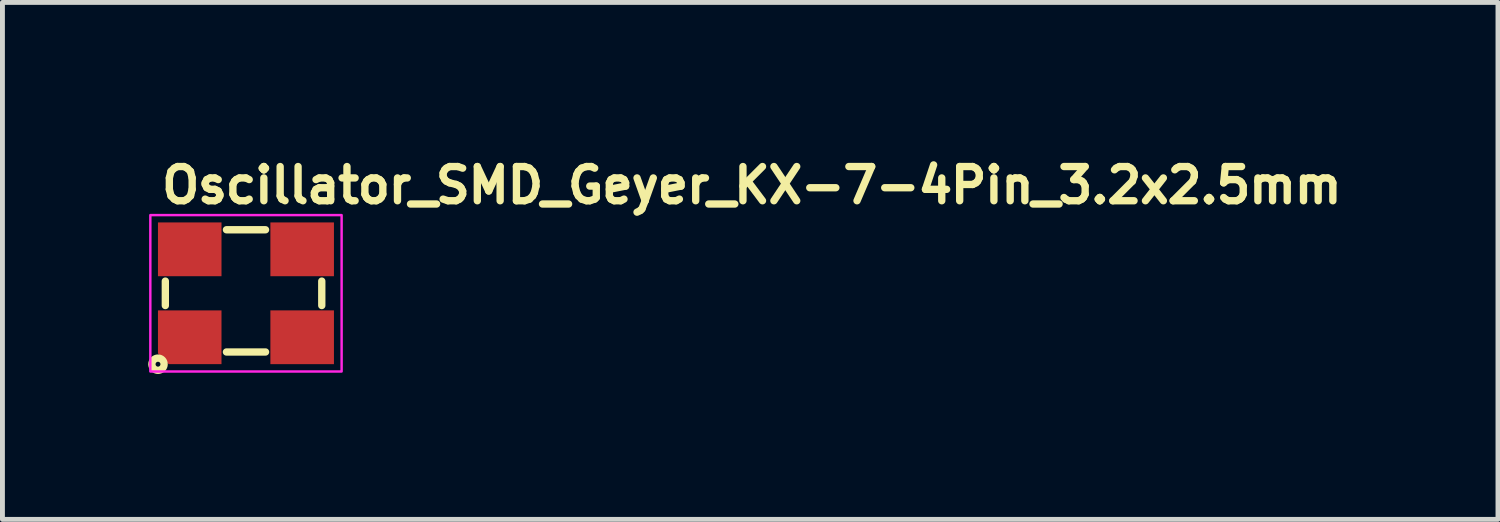
<source format=kicad_pcb>
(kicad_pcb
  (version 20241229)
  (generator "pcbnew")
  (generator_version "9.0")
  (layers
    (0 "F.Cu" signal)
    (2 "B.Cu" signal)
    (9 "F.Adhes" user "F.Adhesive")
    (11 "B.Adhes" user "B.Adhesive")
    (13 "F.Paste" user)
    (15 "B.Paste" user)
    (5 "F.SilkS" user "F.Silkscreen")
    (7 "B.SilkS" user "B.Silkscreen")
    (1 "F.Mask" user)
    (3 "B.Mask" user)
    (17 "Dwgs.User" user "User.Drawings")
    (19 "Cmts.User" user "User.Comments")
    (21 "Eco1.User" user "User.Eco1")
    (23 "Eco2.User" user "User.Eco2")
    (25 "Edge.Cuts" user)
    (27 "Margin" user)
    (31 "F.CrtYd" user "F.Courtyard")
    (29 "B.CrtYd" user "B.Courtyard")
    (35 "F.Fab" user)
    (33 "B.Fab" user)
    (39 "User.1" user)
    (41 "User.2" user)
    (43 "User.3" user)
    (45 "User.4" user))
  (footprint "Oscillator_SMD_Geyer_KX-7-4Pin_3.2x2.5mm"
    (layer "F.Cu")
    (at 1.932 2.9)
    (property "Reference" "Oscillator_SMD_Geyer_KX-7-4Pin_3.2x2.5mm" (at -1.75 -1.75 180) (layer "F.SilkS") (effects (font (size 0.7 0.7) (thickness 0.15)) (justify left bottom)))
    (attr smd)
    (fp_line (start -1.6 0.3) (end -1.6 -0.2) (stroke (width 0.15) (type solid)) (layer "F.SilkS"))
    (fp_line (start -0.35 -1.25) (end 0.45 -1.25) (stroke (width 0.15) (type solid)) (layer "F.SilkS"))
    (fp_line (start -0.35 1.25) (end 0.45 1.25) (stroke (width 0.15) (type solid)) (layer "F.SilkS"))
    (fp_line (start 1.6 0.3) (end 1.6 -0.2) (stroke (width 0.15) (type solid)) (layer "F.SilkS"))
    (fp_circle (center -1.75 1.5) (end -1.7 1.5) (stroke (width 0.15) (type solid)) (fill no) (layer "F.SilkS"))
    (fp_rect (start -1.907 -1.55) (end 2.006 1.649) (stroke (width 0.05) (type solid)) (fill no) (layer "F.CrtYd"))
    (fp_rect (start -1.607 -1.25) (end 1.606 1.249) (stroke (width 0.1) (type solid)) (fill no) (layer "User.5"))
    (fp_line (start -1.607 -1.071) (end -1.605 -1.081) (stroke (width 0.02) (type solid)) (layer "User.9"))
    (fp_line (start -1.607 -1.061) (end -1.607 -1.071) (stroke (width 0.02) (type solid)) (layer "User.9"))
    (fp_line (start -1.607 -1.051) (end -1.607 -1.061) (stroke (width 0.02) (type solid)) (layer "User.9"))
    (fp_line (start -1.607 -1.051) (end -1.607 -0.951) (stroke (width 0.02) (type solid)) (layer "User.9"))
    (fp_line (start -1.607 -0.951) (end -1.591 -0.951) (stroke (width 0.02) (type solid)) (layer "User.9"))
    (fp_line (start -1.607 0.949) (end -1.607 1.05) (stroke (width 0.02) (type solid)) (layer "User.9"))
    (fp_line (start -1.607 1.05) (end -1.607 1.058) (stroke (width 0.02) (type solid)) (layer "User.9"))
    (fp_line (start -1.607 1.058) (end -1.607 1.068) (stroke (width 0.02) (type solid)) (layer "User.9"))
    (fp_line (start -1.607 1.068) (end -1.605 1.078) (stroke (width 0.02) (type solid)) (layer "User.9"))
    (fp_line (start -1.605 -1.091) (end -1.601 -1.099) (stroke (width 0.02) (type solid)) (layer "User.9"))
    (fp_line (start -1.605 -1.081) (end -1.605 -1.091) (stroke (width 0.02) (type solid)) (layer "User.9"))
    (fp_line (start -1.605 1.078) (end -1.605 1.088) (stroke (width 0.02) (type solid)) (layer "User.9"))
    (fp_line (start -1.605 1.088) (end -1.601 1.098) (stroke (width 0.02) (type solid)) (layer "User.9"))
    (fp_line (start -1.601 -1.099) (end -1.599 -1.109) (stroke (width 0.02) (type solid)) (layer "User.9"))
    (fp_line (start -1.601 1.098) (end -1.599 1.108) (stroke (width 0.02) (type solid)) (layer "User.9"))
    (fp_line (start -1.599 -1.109) (end -1.597 -1.119) (stroke (width 0.02) (type solid)) (layer "User.9"))
    (fp_line (start -1.599 1.108) (end -1.597 1.116) (stroke (width 0.02) (type solid)) (layer "User.9"))
    (fp_line (start -1.597 -1.119) (end -1.593 -1.127) (stroke (width 0.02) (type solid)) (layer "User.9"))
    (fp_line (start -1.597 1.116) (end -1.593 1.126) (stroke (width 0.02) (type solid)) (layer "User.9"))
    (fp_line (start -1.593 -1.127) (end -1.589 -1.137) (stroke (width 0.02) (type solid)) (layer "User.9"))
    (fp_line (start -1.593 1.126) (end -1.589 1.134) (stroke (width 0.02) (type solid)) (layer "User.9"))
    (fp_line (start -1.591 -1.061) (end -1.589 -1.071) (stroke (width 0.02) (type solid)) (layer "User.9"))
    (fp_line (start -1.591 -1.051) (end -1.591 -1.061) (stroke (width 0.02) (type solid)) (layer "User.9"))
    (fp_line (start -1.591 -1.041) (end -1.591 -1.051) (stroke (width 0.02) (type solid)) (layer "User.9"))
    (fp_line (start -1.591 -1.041) (end -1.591 1.04) (stroke (width 0.02) (type solid)) (layer "User.9"))
    (fp_line (start -1.591 0.949) (end -1.607 0.949) (stroke (width 0.02) (type solid)) (layer "User.9"))
    (fp_line (start -1.591 1.048) (end -1.591 1.04) (stroke (width 0.02) (type solid)) (layer "User.9"))
    (fp_line (start -1.591 1.058) (end -1.591 1.048) (stroke (width 0.02) (type solid)) (layer "User.9"))
    (fp_line (start -1.589 -1.137) (end -1.585 -1.145) (stroke (width 0.02) (type solid)) (layer "User.9"))
    (fp_line (start -1.589 -1.071) (end -1.587 -1.081) (stroke (width 0.02) (type solid)) (layer "User.9"))
    (fp_line (start -1.589 1.068) (end -1.591 1.058) (stroke (width 0.02) (type solid)) (layer "User.9"))
    (fp_line (start -1.589 1.134) (end -1.585 1.144) (stroke (width 0.02) (type solid)) (layer "User.9"))
    (fp_line (start -1.587 -1.081) (end -1.585 -1.089) (stroke (width 0.02) (type solid)) (layer "User.9"))
    (fp_line (start -1.587 1.078) (end -1.589 1.068) (stroke (width 0.02) (type solid)) (layer "User.9"))
    (fp_line (start -1.585 -1.145) (end -1.579 -1.154) (stroke (width 0.02) (type solid)) (layer "User.9"))
    (fp_line (start -1.585 -1.089) (end -1.583 -1.099) (stroke (width 0.02) (type solid)) (layer "User.9"))
    (fp_line (start -1.585 1.088) (end -1.587 1.078) (stroke (width 0.02) (type solid)) (layer "User.9"))
    (fp_line (start -1.585 1.144) (end -1.579 1.152) (stroke (width 0.02) (type solid)) (layer "User.9"))
    (fp_line (start -1.583 -1.099) (end -1.579 -1.109) (stroke (width 0.02) (type solid)) (layer "User.9"))
    (fp_line (start -1.583 1.098) (end -1.585 1.088) (stroke (width 0.02) (type solid)) (layer "User.9"))
    (fp_line (start -1.579 -1.154) (end -1.575 -1.162) (stroke (width 0.02) (type solid)) (layer "User.9"))
    (fp_line (start -1.579 -1.109) (end -1.575 -1.117) (stroke (width 0.02) (type solid)) (layer "User.9"))
    (fp_line (start -1.579 1.106) (end -1.583 1.098) (stroke (width 0.02) (type solid)) (layer "User.9"))
    (fp_line (start -1.579 1.152) (end -1.575 1.159) (stroke (width 0.02) (type solid)) (layer "User.9"))
    (fp_line (start -1.575 -1.162) (end -1.569 -1.17) (stroke (width 0.02) (type solid)) (layer "User.9"))
    (fp_line (start -1.575 -1.117) (end -1.571 -1.127) (stroke (width 0.02) (type solid)) (layer "User.9"))
    (fp_line (start -1.575 1.116) (end -1.579 1.106) (stroke (width 0.02) (type solid)) (layer "User.9"))
    (fp_line (start -1.575 1.159) (end -1.569 1.167) (stroke (width 0.02) (type solid)) (layer "User.9"))
    (fp_line (start -1.571 -1.127) (end -1.567 -1.135) (stroke (width 0.02) (type solid)) (layer "User.9"))
    (fp_line (start -1.571 -1.059) (end -1.571 -1.051) (stroke (width 0.02) (type solid)) (layer "User.9"))
    (fp_line (start -1.571 -1.051) (end -1.571 -1.041) (stroke (width 0.02) (type solid)) (layer "User.9"))
    (fp_line (start -1.571 1.04) (end -1.571 1.048) (stroke (width 0.02) (type solid)) (layer "User.9"))
    (fp_line (start -1.571 1.048) (end -1.571 1.058) (stroke (width 0.02) (type solid)) (layer "User.9"))
    (fp_line (start -1.571 1.058) (end -1.569 1.066) (stroke (width 0.02) (type solid)) (layer "User.9"))
    (fp_line (start -1.571 1.124) (end -1.575 1.116) (stroke (width 0.02) (type solid)) (layer "User.9"))
    (fp_line (start -1.569 -1.17) (end -1.563 -1.178) (stroke (width 0.02) (type solid)) (layer "User.9"))
    (fp_line (start -1.569 -1.069) (end -1.571 -1.059) (stroke (width 0.02) (type solid)) (layer "User.9"))
    (fp_line (start -1.569 1.066) (end -1.567 1.074) (stroke (width 0.02) (type solid)) (layer "User.9"))
    (fp_line (start -1.569 1.167) (end -1.563 1.175) (stroke (width 0.02) (type solid)) (layer "User.9"))
    (fp_line (start -1.567 -1.135) (end -1.563 -1.143) (stroke (width 0.02) (type solid)) (layer "User.9"))
    (fp_line (start -1.567 -1.077) (end -1.569 -1.069) (stroke (width 0.02) (type solid)) (layer "User.9"))
    (fp_line (start -1.567 1.074) (end -1.565 1.084) (stroke (width 0.02) (type solid)) (layer "User.9"))
    (fp_line (start -1.567 1.134) (end -1.571 1.124) (stroke (width 0.02) (type solid)) (layer "User.9"))
    (fp_line (start -1.565 -1.085) (end -1.567 -1.077) (stroke (width 0.02) (type solid)) (layer "User.9"))
    (fp_line (start -1.565 1.084) (end -1.563 1.092) (stroke (width 0.02) (type solid)) (layer "User.9"))
    (fp_line (start -1.563 -1.178) (end -1.557 -1.186) (stroke (width 0.02) (type solid)) (layer "User.9"))
    (fp_line (start -1.563 -1.143) (end -1.557 -1.151) (stroke (width 0.02) (type solid)) (layer "User.9"))
    (fp_line (start -1.563 -1.095) (end -1.565 -1.085) (stroke (width 0.02) (type solid)) (layer "User.9"))
    (fp_line (start -1.563 1.092) (end -1.561 1.1) (stroke (width 0.02) (type solid)) (layer "User.9"))
    (fp_line (start -1.563 1.142) (end -1.567 1.134) (stroke (width 0.02) (type solid)) (layer "User.9"))
    (fp_line (start -1.563 1.175) (end -1.557 1.183) (stroke (width 0.02) (type solid)) (layer "User.9"))
    (fp_line (start -1.561 -1.103) (end -1.563 -1.095) (stroke (width 0.02) (type solid)) (layer "User.9"))
    (fp_line (start -1.561 1.1) (end -1.557 1.108) (stroke (width 0.02) (type solid)) (layer "User.9"))
    (fp_line (start -1.557 -1.186) (end -1.549 -1.192) (stroke (width 0.02) (type solid)) (layer "User.9"))
    (fp_line (start -1.557 -1.151) (end -1.551 -1.16) (stroke (width 0.02) (type solid)) (layer "User.9"))
    (fp_line (start -1.557 -1.111) (end -1.561 -1.103) (stroke (width 0.02) (type solid)) (layer "User.9"))
    (fp_line (start -1.557 1.108) (end -1.555 1.116) (stroke (width 0.02) (type solid)) (layer "User.9"))
    (fp_line (start -1.557 1.15) (end -1.563 1.142) (stroke (width 0.02) (type solid)) (layer "User.9"))
    (fp_line (start -1.557 1.183) (end -1.549 1.191) (stroke (width 0.02) (type solid)) (layer "User.9"))
    (fp_line (start -1.555 -1.119) (end -1.557 -1.111) (stroke (width 0.02) (type solid)) (layer "User.9"))
    (fp_line (start -1.555 1.116) (end -1.551 1.124) (stroke (width 0.02) (type solid)) (layer "User.9"))
    (fp_line (start -1.551 -1.16) (end -1.545 -1.168) (stroke (width 0.02) (type solid)) (layer "User.9"))
    (fp_line (start -1.551 -1.125) (end -1.555 -1.119) (stroke (width 0.02) (type solid)) (layer "User.9"))
    (fp_line (start -1.551 1.124) (end -1.545 1.132) (stroke (width 0.02) (type solid)) (layer "User.9"))
    (fp_line (start -1.551 1.157) (end -1.557 1.15) (stroke (width 0.02) (type solid)) (layer "User.9"))
    (fp_line (start -1.549 -1.192) (end -1.549 -1.192) (stroke (width 0.02) (type solid)) (layer "User.9"))
    (fp_line (start -1.549 -1.192) (end -1.543 -1.2) (stroke (width 0.02) (type solid)) (layer "User.9"))
    (fp_line (start -1.549 1.191) (end -1.549 1.191) (stroke (width 0.02) (type solid)) (layer "User.9"))
    (fp_line (start -1.549 1.191) (end -1.543 1.197) (stroke (width 0.02) (type solid)) (layer "User.9"))
    (fp_line (start -1.547 -1.133) (end -1.551 -1.125) (stroke (width 0.02) (type solid)) (layer "User.9"))
    (fp_line (start -1.545 -1.168) (end -1.539 -1.176) (stroke (width 0.02) (type solid)) (layer "User.9"))
    (fp_line (start -1.545 1.132) (end -1.541 1.138) (stroke (width 0.02) (type solid)) (layer "User.9"))
    (fp_line (start -1.545 1.165) (end -1.551 1.157) (stroke (width 0.02) (type solid)) (layer "User.9"))
    (fp_line (start -1.543 -1.2) (end -1.534 -1.206) (stroke (width 0.02) (type solid)) (layer "User.9"))
    (fp_line (start -1.543 1.197) (end -1.534 1.203) (stroke (width 0.02) (type solid)) (layer "User.9"))
    (fp_line (start -1.541 -1.141) (end -1.547 -1.133) (stroke (width 0.02) (type solid)) (layer "User.9"))
    (fp_line (start -1.541 1.138) (end -1.536 1.146) (stroke (width 0.02) (type solid)) (layer "User.9"))
    (fp_line (start -1.539 -1.176) (end -1.532 -1.182) (stroke (width 0.02) (type solid)) (layer "User.9"))
    (fp_line (start -1.539 1.173) (end -1.545 1.165) (stroke (width 0.02) (type solid)) (layer "User.9"))
    (fp_line (start -1.536 -1.147) (end -1.541 -1.141) (stroke (width 0.02) (type solid)) (layer "User.9"))
    (fp_line (start -1.536 1.146) (end -1.53 1.153) (stroke (width 0.02) (type solid)) (layer "User.9"))
    (fp_line (start -1.534 -1.206) (end -1.526 -1.212) (stroke (width 0.02) (type solid)) (layer "User.9"))
    (fp_line (start -1.534 1.203) (end -1.526 1.209) (stroke (width 0.02) (type solid)) (layer "User.9"))
    (fp_line (start -1.532 -1.182) (end -1.532 -1.182) (stroke (width 0.02) (type solid)) (layer "User.9"))
    (fp_line (start -1.532 -1.182) (end -1.526 -1.19) (stroke (width 0.02) (type solid)) (layer "User.9"))
    (fp_line (start -1.532 1.181) (end -1.539 1.173) (stroke (width 0.02) (type solid)) (layer "User.9"))
    (fp_line (start -1.532 1.181) (end -1.532 1.181) (stroke (width 0.02) (type solid)) (layer "User.9"))
    (fp_line (start -1.53 -1.154) (end -1.536 -1.147) (stroke (width 0.02) (type solid)) (layer "User.9"))
    (fp_line (start -1.53 1.153) (end -1.524 1.159) (stroke (width 0.02) (type solid)) (layer "User.9"))
    (fp_line (start -1.526 -1.212) (end -1.518 -1.218) (stroke (width 0.02) (type solid)) (layer "User.9"))
    (fp_line (start -1.526 -1.19) (end -1.518 -1.196) (stroke (width 0.02) (type solid)) (layer "User.9"))
    (fp_line (start -1.526 1.187) (end -1.532 1.181) (stroke (width 0.02) (type solid)) (layer "User.9"))
    (fp_line (start -1.526 1.209) (end -1.518 1.215) (stroke (width 0.02) (type solid)) (layer "User.9"))
    (fp_line (start -1.524 -1.162) (end -1.53 -1.154) (stroke (width 0.02) (type solid)) (layer "User.9"))
    (fp_line (start -1.524 1.159) (end -1.518 1.167) (stroke (width 0.02) (type solid)) (layer "User.9"))
    (fp_line (start -1.52 -0.837) (end -1.518 -0.845) (stroke (width 0.02) (type solid)) (layer "User.9"))
    (fp_line (start -1.52 -0.831) (end -1.52 -0.837) (stroke (width 0.02) (type solid)) (layer "User.9"))
    (fp_line (start -1.52 -0.824) (end -1.52 -0.831) (stroke (width 0.02) (type solid)) (layer "User.9"))
    (fp_line (start -1.52 -0.816) (end -1.52 -0.824) (stroke (width 0.02) (type solid)) (layer "User.9"))
    (fp_line (start -1.52 -0.809) (end -1.52 -0.816) (stroke (width 0.02) (type solid)) (layer "User.9"))
    (fp_line (start -1.52 -0.802) (end -1.52 -0.809) (stroke (width 0.02) (type solid)) (layer "User.9"))
    (fp_line (start -1.52 0.807) (end -1.52 0.8) (stroke (width 0.02) (type solid)) (layer "User.9"))
    (fp_line (start -1.52 0.815) (end -1.52 0.807) (stroke (width 0.02) (type solid)) (layer "User.9"))
    (fp_line (start -1.52 0.822) (end -1.52 0.815) (stroke (width 0.02) (type solid)) (layer "User.9"))
    (fp_line (start -1.52 0.83) (end -1.52 0.822) (stroke (width 0.02) (type solid)) (layer "User.9"))
    (fp_line (start -1.518 -1.218) (end -1.51 -1.222) (stroke (width 0.02) (type solid)) (layer "User.9"))
    (fp_line (start -1.518 -1.196) (end -1.51 -1.202) (stroke (width 0.02) (type solid)) (layer "User.9"))
    (fp_line (start -1.518 -1.168) (end -1.524 -1.162) (stroke (width 0.02) (type solid)) (layer "User.9"))
    (fp_line (start -1.518 -1.168) (end -1.518 -1.168) (stroke (width 0.02) (type solid)) (layer "User.9"))
    (fp_line (start -1.518 -0.845) (end -1.516 -0.852) (stroke (width 0.02) (type solid)) (layer "User.9"))
    (fp_line (start -1.518 0.837) (end -1.52 0.83) (stroke (width 0.02) (type solid)) (layer "User.9"))
    (fp_line (start -1.518 0.844) (end -1.518 0.837) (stroke (width 0.02) (type solid)) (layer "User.9"))
    (fp_line (start -1.518 1.167) (end -1.518 1.167) (stroke (width 0.02) (type solid)) (layer "User.9"))
    (fp_line (start -1.518 1.167) (end -1.512 1.173) (stroke (width 0.02) (type solid)) (layer "User.9"))
    (fp_line (start -1.518 1.193) (end -1.526 1.187) (stroke (width 0.02) (type solid)) (layer "User.9"))
    (fp_line (start -1.518 1.215) (end -1.51 1.221) (stroke (width 0.02) (type solid)) (layer "User.9"))
    (fp_line (start -1.516 -0.859) (end -1.514 -0.867) (stroke (width 0.02) (type solid)) (layer "User.9"))
    (fp_line (start -1.516 -0.852) (end -1.516 -0.859) (stroke (width 0.02) (type solid)) (layer "User.9"))
    (fp_line (start -1.516 0.851) (end -1.518 0.844) (stroke (width 0.02) (type solid)) (layer "User.9"))
    (fp_line (start -1.516 0.859) (end -1.516 0.851) (stroke (width 0.02) (type solid)) (layer "User.9"))
    (fp_line (start -1.514 -0.867) (end -1.512 -0.874) (stroke (width 0.02) (type solid)) (layer "User.9"))
    (fp_line (start -1.514 0.866) (end -1.516 0.859) (stroke (width 0.02) (type solid)) (layer "User.9"))
    (fp_line (start -1.512 -1.174) (end -1.518 -1.168) (stroke (width 0.02) (type solid)) (layer "User.9"))
    (fp_line (start -1.512 -0.874) (end -1.51 -0.881) (stroke (width 0.02) (type solid)) (layer "User.9"))
    (fp_line (start -1.512 0.873) (end -1.514 0.866) (stroke (width 0.02) (type solid)) (layer "User.9"))
    (fp_line (start -1.512 1.173) (end -1.504 1.179) (stroke (width 0.02) (type solid)) (layer "User.9"))
    (fp_line (start -1.51 -1.222) (end -1.502 -1.228) (stroke (width 0.02) (type solid)) (layer "User.9"))
    (fp_line (start -1.51 -1.202) (end -1.502 -1.208) (stroke (width 0.02) (type solid)) (layer "User.9"))
    (fp_line (start -1.51 -0.881) (end -1.508 -0.889) (stroke (width 0.02) (type solid)) (layer "User.9"))
    (fp_line (start -1.51 0.881) (end -1.512 0.873) (stroke (width 0.02) (type solid)) (layer "User.9"))
    (fp_line (start -1.51 1.199) (end -1.518 1.193) (stroke (width 0.02) (type solid)) (layer "User.9"))
    (fp_line (start -1.51 1.221) (end -1.502 1.225) (stroke (width 0.02) (type solid)) (layer "User.9"))
    (fp_line (start -1.508 -0.889) (end -1.506 -0.896) (stroke (width 0.02) (type solid)) (layer "User.9"))
    (fp_line (start -1.508 0.888) (end -1.51 0.881) (stroke (width 0.02) (type solid)) (layer "User.9"))
    (fp_line (start -1.506 -0.896) (end -1.504 -0.905) (stroke (width 0.02) (type solid)) (layer "User.9"))
    (fp_line (start -1.506 0.896) (end -1.508 0.888) (stroke (width 0.02) (type solid)) (layer "User.9"))
    (fp_line (start -1.504 -1.18) (end -1.512 -1.174) (stroke (width 0.02) (type solid)) (layer "User.9"))
    (fp_line (start -1.504 -0.905) (end -1.502 -0.912) (stroke (width 0.02) (type solid)) (layer "User.9"))
    (fp_line (start -1.504 0.903) (end -1.506 0.896) (stroke (width 0.02) (type solid)) (layer "User.9"))
    (fp_line (start -1.504 1.179) (end -1.498 1.185) (stroke (width 0.02) (type solid)) (layer "User.9"))
    (fp_line (start -1.502 -1.228) (end -1.494 -1.232) (stroke (width 0.02) (type solid)) (layer "User.9"))
    (fp_line (start -1.502 -1.208) (end -1.494 -1.212) (stroke (width 0.02) (type solid)) (layer "User.9"))
    (fp_line (start -1.502 -0.912) (end -1.498 -0.919) (stroke (width 0.02) (type solid)) (layer "User.9"))
    (fp_line (start -1.502 0.91) (end -1.504 0.903) (stroke (width 0.02) (type solid)) (layer "User.9"))
    (fp_line (start -1.502 1.205) (end -1.51 1.199) (stroke (width 0.02) (type solid)) (layer "User.9"))
    (fp_line (start -1.502 1.225) (end -1.494 1.229) (stroke (width 0.02) (type solid)) (layer "User.9"))
    (fp_line (start -1.5 -0.831) (end -1.498 -0.845) (stroke (width 0.02) (type solid)) (layer "User.9"))
    (fp_line (start -1.5 -0.816) (end -1.5 -0.831) (stroke (width 0.02) (type solid)) (layer "User.9"))
    (fp_line (start -1.5 -0.802) (end -1.5 -0.816) (stroke (width 0.02) (type solid)) (layer "User.9"))
    (fp_line (start -1.5 -0.802) (end -1.5 0.8) (stroke (width 0.02) (type solid)) (layer "User.9"))
    (fp_line (start -1.5 -0.802) (end -1.5 0.8) (stroke (width 0.02) (type solid)) (layer "User.9"))
    (fp_line (start -1.5 0.814) (end -1.5 0.8) (stroke (width 0.02) (type solid)) (layer "User.9"))
    (fp_line (start -1.5 0.829) (end -1.5 0.814) (stroke (width 0.02) (type solid)) (layer "User.9"))
    (fp_line (start -1.498 -1.186) (end -1.504 -1.18) (stroke (width 0.02) (type solid)) (layer "User.9"))
    (fp_line (start -1.498 -0.919) (end -1.498 -0.919) (stroke (width 0.02) (type solid)) (layer "User.9"))
    (fp_line (start -1.498 -0.919) (end -1.496 -0.927) (stroke (width 0.02) (type solid)) (layer "User.9"))
    (fp_line (start -1.498 -0.845) (end -1.496 -0.859) (stroke (width 0.02) (type solid)) (layer "User.9"))
    (fp_line (start -1.498 0.843) (end -1.5 0.829) (stroke (width 0.02) (type solid)) (layer "User.9"))
    (fp_line (start -1.498 0.917) (end -1.502 0.91) (stroke (width 0.02) (type solid)) (layer "User.9"))
    (fp_line (start -1.498 0.917) (end -1.498 0.917) (stroke (width 0.02) (type solid)) (layer "User.9"))
    (fp_line (start -1.498 1.185) (end -1.49 1.189) (stroke (width 0.02) (type solid)) (layer "User.9"))
    (fp_line (start -1.496 -0.927) (end -1.492 -0.934) (stroke (width 0.02) (type solid)) (layer "User.9"))
    (fp_line (start -1.496 -0.859) (end -1.492 -0.874) (stroke (width 0.02) (type solid)) (layer "User.9"))
    (fp_line (start -1.496 0.857) (end -1.498 0.843) (stroke (width 0.02) (type solid)) (layer "User.9"))
    (fp_line (start -1.496 0.925) (end -1.498 0.917) (stroke (width 0.02) (type solid)) (layer "User.9"))
    (fp_line (start -1.494 -1.232) (end -1.484 -1.236) (stroke (width 0.02) (type solid)) (layer "User.9"))
    (fp_line (start -1.494 -1.212) (end -1.486 -1.218) (stroke (width 0.02) (type solid)) (layer "User.9"))
    (fp_line (start -1.494 1.211) (end -1.502 1.205) (stroke (width 0.02) (type solid)) (layer "User.9"))
    (fp_line (start -1.494 1.229) (end -1.484 1.233) (stroke (width 0.02) (type solid)) (layer "User.9"))
    (fp_line (start -1.492 -0.934) (end -1.488 -0.942) (stroke (width 0.02) (type solid)) (layer "User.9"))
    (fp_line (start -1.492 -0.874) (end -1.488 -0.888) (stroke (width 0.02) (type solid)) (layer "User.9"))
    (fp_line (start -1.492 0.872) (end -1.496 0.857) (stroke (width 0.02) (type solid)) (layer "User.9"))
    (fp_line (start -1.492 0.933) (end -1.496 0.925) (stroke (width 0.02) (type solid)) (layer "User.9"))
    (fp_line (start -1.49 -1.192) (end -1.498 -1.186) (stroke (width 0.02) (type solid)) (layer "User.9"))
    (fp_line (start -1.49 1.189) (end -1.484 1.195) (stroke (width 0.02) (type solid)) (layer "User.9"))
    (fp_line (start -1.488 -0.942) (end -1.484 -0.949) (stroke (width 0.02) (type solid)) (layer "User.9"))
    (fp_line (start -1.488 -0.888) (end -1.484 -0.903) (stroke (width 0.02) (type solid)) (layer "User.9"))
    (fp_line (start -1.488 0.886) (end -1.492 0.872) (stroke (width 0.02) (type solid)) (layer "User.9"))
    (fp_line (start -1.488 0.94) (end -1.492 0.933) (stroke (width 0.02) (type solid)) (layer "User.9"))
    (fp_line (start -1.486 -1.218) (end -1.476 -1.222) (stroke (width 0.02) (type solid)) (layer "User.9"))
    (fp_line (start -1.486 1.215) (end -1.494 1.211) (stroke (width 0.02) (type solid)) (layer "User.9"))
    (fp_line (start -1.484 -1.236) (end -1.476 -1.24) (stroke (width 0.02) (type solid)) (layer "User.9"))
    (fp_line (start -1.484 -1.196) (end -1.49 -1.192) (stroke (width 0.02) (type solid)) (layer "User.9"))
    (fp_line (start -1.484 -0.949) (end -1.48 -0.956) (stroke (width 0.02) (type solid)) (layer "User.9"))
    (fp_line (start -1.484 -0.903) (end -1.478 -0.916) (stroke (width 0.02) (type solid)) (layer "User.9"))
    (fp_line (start -1.484 0.901) (end -1.488 0.886) (stroke (width 0.02) (type solid)) (layer "User.9"))
    (fp_line (start -1.484 0.948) (end -1.488 0.94) (stroke (width 0.02) (type solid)) (layer "User.9"))
    (fp_line (start -1.484 1.195) (end -1.476 1.199) (stroke (width 0.02) (type solid)) (layer "User.9"))
    (fp_line (start -1.484 1.233) (end -1.476 1.237) (stroke (width 0.02) (type solid)) (layer "User.9"))
    (fp_line (start -1.48 -0.956) (end -1.476 -0.962) (stroke (width 0.02) (type solid)) (layer "User.9"))
    (fp_line (start -1.48 0.955) (end -1.484 0.948) (stroke (width 0.02) (type solid)) (layer "User.9"))
    (fp_line (start -1.478 -0.916) (end -1.472 -0.93) (stroke (width 0.02) (type solid)) (layer "User.9"))
    (fp_line (start -1.478 0.914) (end -1.484 0.901) (stroke (width 0.02) (type solid)) (layer "User.9"))
    (fp_line (start -1.476 -1.24) (end -1.466 -1.242) (stroke (width 0.02) (type solid)) (layer "User.9"))
    (fp_line (start -1.476 -1.222) (end -1.468 -1.226) (stroke (width 0.02) (type solid)) (layer "User.9"))
    (fp_line (start -1.476 -1.2) (end -1.484 -1.196) (stroke (width 0.02) (type solid)) (layer "User.9"))
    (fp_line (start -1.476 -0.962) (end -1.472 -0.969) (stroke (width 0.02) (type solid)) (layer "User.9"))
    (fp_line (start -1.476 0.961) (end -1.48 0.955) (stroke (width 0.02) (type solid)) (layer "User.9"))
    (fp_line (start -1.476 1.199) (end -1.468 1.203) (stroke (width 0.02) (type solid)) (layer "User.9"))
    (fp_line (start -1.476 1.219) (end -1.486 1.215) (stroke (width 0.02) (type solid)) (layer "User.9"))
    (fp_line (start -1.476 1.237) (end -1.466 1.241) (stroke (width 0.02) (type solid)) (layer "User.9"))
    (fp_line (start -1.472 -0.969) (end -1.468 -0.976) (stroke (width 0.02) (type solid)) (layer "User.9"))
    (fp_line (start -1.472 -0.93) (end -1.466 -0.943) (stroke (width 0.02) (type solid)) (layer "User.9"))
    (fp_line (start -1.472 0.928) (end -1.478 0.914) (stroke (width 0.02) (type solid)) (layer "User.9"))
    (fp_line (start -1.472 0.968) (end -1.476 0.961) (stroke (width 0.02) (type solid)) (layer "User.9"))
    (fp_line (start -1.468 -1.226) (end -1.458 -1.23) (stroke (width 0.02) (type solid)) (layer "User.9"))
    (fp_line (start -1.468 -1.204) (end -1.476 -1.2) (stroke (width 0.02) (type solid)) (layer "User.9"))
    (fp_line (start -1.468 -0.976) (end -1.464 -0.983) (stroke (width 0.02) (type solid)) (layer "User.9"))
    (fp_line (start -1.468 0.975) (end -1.472 0.968) (stroke (width 0.02) (type solid)) (layer "User.9"))
    (fp_line (start -1.468 1.203) (end -1.46 1.205) (stroke (width 0.02) (type solid)) (layer "User.9"))
    (fp_line (start -1.468 1.223) (end -1.476 1.219) (stroke (width 0.02) (type solid)) (layer "User.9"))
    (fp_line (start -1.466 -1.242) (end -1.456 -1.244) (stroke (width 0.02) (type solid)) (layer "User.9"))
    (fp_line (start -1.466 -0.943) (end -1.458 -0.956) (stroke (width 0.02) (type solid)) (layer "User.9"))
    (fp_line (start -1.466 0.941) (end -1.472 0.928) (stroke (width 0.02) (type solid)) (layer "User.9"))
    (fp_line (start -1.466 1.241) (end -1.456 1.243) (stroke (width 0.02) (type solid)) (layer "User.9"))
    (fp_line (start -1.464 -0.983) (end -1.46 -0.989) (stroke (width 0.02) (type solid)) (layer "User.9"))
    (fp_line (start -1.464 0.982) (end -1.468 0.975) (stroke (width 0.02) (type solid)) (layer "User.9"))
    (fp_line (start -1.46 -1.208) (end -1.468 -1.204) (stroke (width 0.02) (type solid)) (layer "User.9"))
    (fp_line (start -1.46 -0.989) (end -1.454 -0.996) (stroke (width 0.02) (type solid)) (layer "User.9"))
    (fp_line (start -1.46 1.205) (end -1.452 1.209) (stroke (width 0.02) (type solid)) (layer "User.9"))
    (fp_line (start -1.458 -1.23) (end -1.45 -1.232) (stroke (width 0.02) (type solid)) (layer "User.9"))
    (fp_line (start -1.458 -0.956) (end -1.45 -0.967) (stroke (width 0.02) (type solid)) (layer "User.9"))
    (fp_line (start -1.458 0.954) (end -1.466 0.941) (stroke (width 0.02) (type solid)) (layer "User.9"))
    (fp_line (start -1.458 0.988) (end -1.464 0.982) (stroke (width 0.02) (type solid)) (layer "User.9"))
    (fp_line (start -1.458 1.227) (end -1.468 1.223) (stroke (width 0.02) (type solid)) (layer "User.9"))
    (fp_line (start -1.456 -1.244) (end -1.448 -1.248) (stroke (width 0.02) (type solid)) (layer "User.9"))
    (fp_line (start -1.456 1.243) (end -1.448 1.245) (stroke (width 0.02) (type solid)) (layer "User.9"))
    (fp_line (start -1.454 -0.996) (end -1.45 -1.002) (stroke (width 0.02) (type solid)) (layer "User.9"))
    (fp_line (start -1.454 0.995) (end -1.458 0.988) (stroke (width 0.02) (type solid)) (layer "User.9"))
    (fp_line (start -1.452 -1.21) (end -1.46 -1.208) (stroke (width 0.02) (type solid)) (layer "User.9"))
    (fp_line (start -1.452 1.209) (end -1.444 1.211) (stroke (width 0.02) (type solid)) (layer "User.9"))
    (fp_line (start -1.45 -1.232) (end -1.44 -1.234) (stroke (width 0.02) (type solid)) (layer "User.9"))
    (fp_line (start -1.45 -1.002) (end -1.444 -1.01) (stroke (width 0.02) (type solid)) (layer "User.9"))
    (fp_line (start -1.45 -0.967) (end -1.442 -0.979) (stroke (width 0.02) (type solid)) (layer "User.9"))
    (fp_line (start -1.45 0.965) (end -1.458 0.954) (stroke (width 0.02) (type solid)) (layer "User.9"))
    (fp_line (start -1.45 1.231) (end -1.458 1.227) (stroke (width 0.02) (type solid)) (layer "User.9"))
    (fp_line (start -1.448 -1.248) (end -1.438 -1.248) (stroke (width 0.02) (type solid)) (layer "User.9"))
    (fp_line (start -1.448 1.001) (end -1.454 0.995) (stroke (width 0.02) (type solid)) (layer "User.9"))
    (fp_line (start -1.448 1.245) (end -1.438 1.247) (stroke (width 0.02) (type solid)) (layer "User.9"))
    (fp_line (start -1.444 -1.214) (end -1.452 -1.21) (stroke (width 0.02) (type solid)) (layer "User.9"))
    (fp_line (start -1.444 -1.01) (end -1.438 -1.016) (stroke (width 0.02) (type solid)) (layer "User.9"))
    (fp_line (start -1.444 1.007) (end -1.448 1.001) (stroke (width 0.02) (type solid)) (layer "User.9"))
    (fp_line (start -1.444 1.211) (end -1.436 1.213) (stroke (width 0.02) (type solid)) (layer "User.9"))
    (fp_line (start -1.442 -0.979) (end -1.434 -0.991) (stroke (width 0.02) (type solid)) (layer "User.9"))
    (fp_line (start -1.442 0.977) (end -1.45 0.965) (stroke (width 0.02) (type solid)) (layer "User.9"))
    (fp_line (start -1.44 -1.234) (end -1.43 -1.238) (stroke (width 0.02) (type solid)) (layer "User.9"))
    (fp_line (start -1.44 1.233) (end -1.45 1.231) (stroke (width 0.02) (type solid)) (layer "User.9"))
    (fp_line (start -1.438 -1.248) (end -1.428 -1.25) (stroke (width 0.02) (type solid)) (layer "User.9"))
    (fp_line (start -1.438 -1.016) (end -1.434 -1.022) (stroke (width 0.02) (type solid)) (layer "User.9"))
    (fp_line (start -1.438 1.013) (end -1.444 1.007) (stroke (width 0.02) (type solid)) (layer "User.9"))
    (fp_line (start -1.438 1.247) (end -1.428 1.249) (stroke (width 0.02) (type solid)) (layer "User.9"))
    (fp_line (start -1.436 -1.216) (end -1.444 -1.214) (stroke (width 0.02) (type solid)) (layer "User.9"))
    (fp_line (start -1.436 1.213) (end -1.428 1.215) (stroke (width 0.02) (type solid)) (layer "User.9"))
    (fp_line (start -1.434 -1.022) (end -1.428 -1.027) (stroke (width 0.02) (type solid)) (layer "User.9"))
    (fp_line (start -1.434 -0.991) (end -1.424 -1.002) (stroke (width 0.02) (type solid)) (layer "User.9"))
    (fp_line (start -1.434 0.989) (end -1.442 0.977) (stroke (width 0.02) (type solid)) (layer "User.9"))
    (fp_line (start -1.432 1.019) (end -1.438 1.013) (stroke (width 0.02) (type solid)) (layer "User.9"))
    (fp_line (start -1.43 -1.238) (end -1.42 -1.238) (stroke (width 0.02) (type solid)) (layer "User.9"))
    (fp_line (start -1.43 1.235) (end -1.44 1.233) (stroke (width 0.02) (type solid)) (layer "User.9"))
    (fp_line (start -1.428 -1.25) (end -1.418 -1.25) (stroke (width 0.02) (type solid)) (layer "User.9"))
    (fp_line (start -1.428 -1.027) (end -1.428 -1.027) (stroke (width 0.02) (type solid)) (layer "User.9"))
    (fp_line (start -1.428 -1.027) (end -1.422 -1.033) (stroke (width 0.02) (type solid)) (layer "User.9"))
    (fp_line (start -1.428 1.026) (end -1.432 1.019) (stroke (width 0.02) (type solid)) (layer "User.9"))
    (fp_line (start -1.428 1.026) (end -1.428 1.026) (stroke (width 0.02) (type solid)) (layer "User.9"))
    (fp_line (start -1.428 1.215) (end -1.418 1.217) (stroke (width 0.02) (type solid)) (layer "User.9"))
    (fp_line (start -1.428 1.249) (end -1.418 1.249) (stroke (width 0.02) (type solid)) (layer "User.9"))
    (fp_line (start -1.426 -1.218) (end -1.436 -1.216) (stroke (width 0.02) (type solid)) (layer "User.9"))
    (fp_line (start -1.424 -1.002) (end -1.414 -1.014) (stroke (width 0.02) (type solid)) (layer "User.9"))
    (fp_line (start -1.424 1.001) (end -1.434 0.989) (stroke (width 0.02) (type solid)) (layer "User.9"))
    (fp_line (start -1.422 -1.033) (end -1.416 -1.039) (stroke (width 0.02) (type solid)) (layer "User.9"))
    (fp_line (start -1.422 1.032) (end -1.428 1.026) (stroke (width 0.02) (type solid)) (layer "User.9"))
    (fp_line (start -1.42 -1.238) (end -1.41 -1.24) (stroke (width 0.02) (type solid)) (layer "User.9"))
    (fp_line (start -1.42 1.237) (end -1.43 1.235) (stroke (width 0.02) (type solid)) (layer "User.9"))
    (fp_line (start -1.418 -1.25) (end -1.407 -1.25) (stroke (width 0.02) (type solid)) (layer "User.9"))
    (fp_line (start -1.418 -1.22) (end -1.426 -1.218) (stroke (width 0.02) (type solid)) (layer "User.9"))
    (fp_line (start -1.418 1.217) (end -1.41 1.219) (stroke (width 0.02) (type solid)) (layer "User.9"))
    (fp_line (start -1.418 1.249) (end -1.407 1.249) (stroke (width 0.02) (type solid)) (layer "User.9"))
    (fp_line (start -1.416 -1.039) (end -1.41 -1.043) (stroke (width 0.02) (type solid)) (layer "User.9"))
    (fp_line (start -1.416 1.036) (end -1.422 1.032) (stroke (width 0.02) (type solid)) (layer "User.9"))
    (fp_line (start -1.414 -1.014) (end -1.414 -1.014) (stroke (width 0.02) (type solid)) (layer "User.9"))
    (fp_line (start -1.414 -1.014) (end -1.403 -1.024) (stroke (width 0.02) (type solid)) (layer "User.9"))
    (fp_line (start -1.414 1.011) (end -1.424 1.001) (stroke (width 0.02) (type solid)) (layer "User.9"))
    (fp_line (start -1.414 1.011) (end -1.414 1.011) (stroke (width 0.02) (type solid)) (layer "User.9"))
    (fp_line (start -1.41 -1.24) (end -1.401 -1.24) (stroke (width 0.02) (type solid)) (layer "User.9"))
    (fp_line (start -1.41 -1.22) (end -1.418 -1.22) (stroke (width 0.02) (type solid)) (layer "User.9"))
    (fp_line (start -1.41 -1.043) (end -1.403 -1.049) (stroke (width 0.02) (type solid)) (layer "User.9"))
    (fp_line (start -1.41 1.042) (end -1.416 1.036) (stroke (width 0.02) (type solid)) (layer "User.9"))
    (fp_line (start -1.41 1.219) (end -1.401 1.219) (stroke (width 0.02) (type solid)) (layer "User.9"))
    (fp_line (start -1.41 1.239) (end -1.42 1.237) (stroke (width 0.02) (type solid)) (layer "User.9"))
    (fp_line (start -1.407 1.249) (end -1.307 1.249) (stroke (width 0.02) (type solid)) (layer "User.9"))
    (fp_line (start -1.403 -1.049) (end -1.397 -1.055) (stroke (width 0.02) (type solid)) (layer "User.9"))
    (fp_line (start -1.403 -1.024) (end -1.391 -1.033) (stroke (width 0.02) (type solid)) (layer "User.9"))
    (fp_line (start -1.403 1.021) (end -1.414 1.011) (stroke (width 0.02) (type solid)) (layer "User.9"))
    (fp_line (start -1.403 1.048) (end -1.41 1.042) (stroke (width 0.02) (type solid)) (layer "User.9"))
    (fp_line (start -1.401 -1.24) (end -1.391 -1.24) (stroke (width 0.02) (type solid)) (layer "User.9"))
    (fp_line (start -1.401 -1.22) (end -1.41 -1.22) (stroke (width 0.02) (type solid)) (layer "User.9"))
    (fp_line (start -1.401 1.219) (end -1.391 1.219) (stroke (width 0.02) (type solid)) (layer "User.9"))
    (fp_line (start -1.401 1.239) (end -1.41 1.239) (stroke (width 0.02) (type solid)) (layer "User.9"))
    (fp_line (start -1.397 -1.055) (end -1.391 -1.059) (stroke (width 0.02) (type solid)) (layer "User.9"))
    (fp_line (start -1.397 1.052) (end -1.403 1.048) (stroke (width 0.02) (type solid)) (layer "User.9"))
    (fp_line (start -1.391 -1.22) (end -1.401 -1.22) (stroke (width 0.02) (type solid)) (layer "User.9"))
    (fp_line (start -1.391 -1.059) (end -1.385 -1.063) (stroke (width 0.02) (type solid)) (layer "User.9"))
    (fp_line (start -1.391 -1.033) (end -1.379 -1.043) (stroke (width 0.02) (type solid)) (layer "User.9"))
    (fp_line (start -1.391 1.032) (end -1.403 1.021) (stroke (width 0.02) (type solid)) (layer "User.9"))
    (fp_line (start -1.391 1.239) (end -1.401 1.239) (stroke (width 0.02) (type solid)) (layer "User.9"))
    (fp_line (start -1.391 1.239) (end 1.388 1.239) (stroke (width 0.02) (type solid)) (layer "User.9"))
    (fp_line (start -1.389 1.058) (end -1.397 1.052) (stroke (width 0.02) (type solid)) (layer "User.9"))
    (fp_line (start -1.385 -1.063) (end -1.377 -1.069) (stroke (width 0.02) (type solid)) (layer "User.9"))
    (fp_line (start -1.383 1.062) (end -1.389 1.058) (stroke (width 0.02) (type solid)) (layer "User.9"))
    (fp_line (start -1.379 -1.043) (end -1.367 -1.051) (stroke (width 0.02) (type solid)) (layer "User.9"))
    (fp_line (start -1.379 1.04) (end -1.391 1.032) (stroke (width 0.02) (type solid)) (layer "User.9"))
    (fp_line (start -1.377 -1.069) (end -1.371 -1.073) (stroke (width 0.02) (type solid)) (layer "User.9"))
    (fp_line (start -1.377 1.066) (end -1.383 1.062) (stroke (width 0.02) (type solid)) (layer "User.9"))
    (fp_line (start -1.371 -1.073) (end -1.363 -1.077) (stroke (width 0.02) (type solid)) (layer "User.9"))
    (fp_line (start -1.369 1.07) (end -1.377 1.066) (stroke (width 0.02) (type solid)) (layer "User.9"))
    (fp_line (start -1.367 -1.051) (end -1.355 -1.059) (stroke (width 0.02) (type solid)) (layer "User.9"))
    (fp_line (start -1.367 1.048) (end -1.379 1.04) (stroke (width 0.02) (type solid)) (layer "User.9"))
    (fp_line (start -1.363 -1.077) (end -1.357 -1.081) (stroke (width 0.02) (type solid)) (layer "User.9"))
    (fp_line (start -1.363 1.074) (end -1.369 1.07) (stroke (width 0.02) (type solid)) (layer "User.9"))
    (fp_line (start -1.357 -1.081) (end -1.349 -1.085) (stroke (width 0.02) (type solid)) (layer "User.9"))
    (fp_line (start -1.355 -1.059) (end -1.343 -1.065) (stroke (width 0.02) (type solid)) (layer "User.9"))
    (fp_line (start -1.355 1.056) (end -1.367 1.048) (stroke (width 0.02) (type solid)) (layer "User.9"))
    (fp_line (start -1.355 1.078) (end -1.363 1.074) (stroke (width 0.02) (type solid)) (layer "User.9"))
    (fp_line (start -1.349 -1.085) (end -1.341 -1.089) (stroke (width 0.02) (type solid)) (layer "User.9"))
    (fp_line (start -1.349 1.082) (end -1.355 1.078) (stroke (width 0.02) (type solid)) (layer "User.9"))
    (fp_line (start -1.343 -1.065) (end -1.329 -1.073) (stroke (width 0.02) (type solid)) (layer "User.9"))
    (fp_line (start -1.343 1.064) (end -1.355 1.056) (stroke (width 0.02) (type solid)) (layer "User.9"))
    (fp_line (start -1.341 -1.089) (end -1.335 -1.091) (stroke (width 0.02) (type solid)) (layer "User.9"))
    (fp_line (start -1.341 1.086) (end -1.349 1.082) (stroke (width 0.02) (type solid)) (layer "User.9"))
    (fp_line (start -1.335 -1.091) (end -1.327 -1.095) (stroke (width 0.02) (type solid)) (layer "User.9"))
    (fp_line (start -1.333 1.09) (end -1.341 1.086) (stroke (width 0.02) (type solid)) (layer "User.9"))
    (fp_line (start -1.329 -1.073) (end -1.315 -1.079) (stroke (width 0.02) (type solid)) (layer "User.9"))
    (fp_line (start -1.329 1.07) (end -1.343 1.064) (stroke (width 0.02) (type solid)) (layer "User.9"))
    (fp_line (start -1.327 -1.095) (end -1.319 -1.099) (stroke (width 0.02) (type solid)) (layer "User.9"))
    (fp_line (start -1.327 1.094) (end -1.333 1.09) (stroke (width 0.02) (type solid)) (layer "User.9"))
    (fp_line (start -1.319 -1.099) (end -1.319 -1.099) (stroke (width 0.02) (type solid)) (layer "User.9"))
    (fp_line (start -1.319 -1.099) (end -1.311 -1.101) (stroke (width 0.02) (type solid)) (layer "User.9"))
    (fp_line (start -1.319 1.096) (end -1.327 1.094) (stroke (width 0.02) (type solid)) (layer "User.9"))
    (fp_line (start -1.319 1.096) (end -1.319 1.096) (stroke (width 0.02) (type solid)) (layer "User.9"))
    (fp_line (start -1.315 -1.079) (end -1.303 -1.083) (stroke (width 0.02) (type solid)) (layer "User.9"))
    (fp_line (start -1.315 1.076) (end -1.329 1.07) (stroke (width 0.02) (type solid)) (layer "User.9"))
    (fp_line (start -1.313 1.239) (end -1.311 1.239) (stroke (width 0.02) (type solid)) (layer "User.9"))
    (fp_line (start -1.311 -1.101) (end -1.305 -1.103) (stroke (width 0.02) (type solid)) (layer "User.9"))
    (fp_line (start -1.311 1.1) (end -1.319 1.096) (stroke (width 0.02) (type solid)) (layer "User.9"))
    (fp_line (start -1.311 1.239) (end -1.307 1.239) (stroke (width 0.02) (type solid)) (layer "User.9"))
    (fp_line (start -1.307 -1.25) (end -1.407 -1.25) (stroke (width 0.02) (type solid)) (layer "User.9"))
    (fp_line (start -1.307 -1.24) (end -1.307 -1.25) (stroke (width 0.02) (type solid)) (layer "User.9"))
    (fp_line (start -1.307 1.249) (end -1.307 1.239) (stroke (width 0.02) (type solid)) (layer "User.9"))
    (fp_line (start -1.305 -1.103) (end -1.297 -1.107) (stroke (width 0.02) (type solid)) (layer "User.9"))
    (fp_line (start -1.305 1.102) (end -1.311 1.1) (stroke (width 0.02) (type solid)) (layer "User.9"))
    (fp_line (start -1.303 -1.083) (end -1.289 -1.089) (stroke (width 0.02) (type solid)) (layer "User.9"))
    (fp_line (start -1.303 1.082) (end -1.315 1.076) (stroke (width 0.02) (type solid)) (layer "User.9"))
    (fp_line (start -1.297 -1.107) (end -1.291 -1.109) (stroke (width 0.02) (type solid)) (layer "User.9"))
    (fp_line (start -1.297 1.104) (end -1.305 1.102) (stroke (width 0.02) (type solid)) (layer "User.9"))
    (fp_line (start -1.291 -1.109) (end -1.283 -1.111) (stroke (width 0.02) (type solid)) (layer "User.9"))
    (fp_line (start -1.289 -1.089) (end -1.274 -1.091) (stroke (width 0.02) (type solid)) (layer "User.9"))
    (fp_line (start -1.289 1.086) (end -1.303 1.082) (stroke (width 0.02) (type solid)) (layer "User.9"))
    (fp_line (start -1.289 1.106) (end -1.297 1.104) (stroke (width 0.02) (type solid)) (layer "User.9"))
    (fp_line (start -1.283 -1.111) (end -1.276 -1.113) (stroke (width 0.02) (type solid)) (layer "User.9"))
    (fp_line (start -1.281 1.108) (end -1.289 1.106) (stroke (width 0.02) (type solid)) (layer "User.9"))
    (fp_line (start -1.276 -1.113) (end -1.268 -1.113) (stroke (width 0.02) (type solid)) (layer "User.9"))
    (fp_line (start -1.274 -1.091) (end -1.26 -1.095) (stroke (width 0.02) (type solid)) (layer "User.9"))
    (fp_line (start -1.274 1.09) (end -1.289 1.086) (stroke (width 0.02) (type solid)) (layer "User.9"))
    (fp_line (start -1.274 1.11) (end -1.281 1.108) (stroke (width 0.02) (type solid)) (layer "User.9"))
    (fp_line (start -1.268 -1.113) (end -1.262 -1.115) (stroke (width 0.02) (type solid)) (layer "User.9"))
    (fp_line (start -1.268 1.112) (end -1.274 1.11) (stroke (width 0.02) (type solid)) (layer "User.9"))
    (fp_line (start -1.262 -1.115) (end -1.254 -1.117) (stroke (width 0.02) (type solid)) (layer "User.9"))
    (fp_line (start -1.26 -1.095) (end -1.246 -1.097) (stroke (width 0.02) (type solid)) (layer "User.9"))
    (fp_line (start -1.26 1.094) (end -1.274 1.09) (stroke (width 0.02) (type solid)) (layer "User.9"))
    (fp_line (start -1.26 1.114) (end -1.268 1.112) (stroke (width 0.02) (type solid)) (layer "User.9"))
    (fp_line (start -1.254 -1.117) (end -1.246 -1.117) (stroke (width 0.02) (type solid)) (layer "User.9"))
    (fp_line (start -1.252 1.114) (end -1.26 1.114) (stroke (width 0.02) (type solid)) (layer "User.9"))
    (fp_line (start -1.246 -1.117) (end -1.24 -1.119) (stroke (width 0.02) (type solid)) (layer "User.9"))
    (fp_line (start -1.246 -1.097) (end -1.23 -1.099) (stroke (width 0.02) (type solid)) (layer "User.9"))
    (fp_line (start -1.246 1.096) (end -1.26 1.094) (stroke (width 0.02) (type solid)) (layer "User.9"))
    (fp_line (start -1.246 1.116) (end -1.252 1.114) (stroke (width 0.02) (type solid)) (layer "User.9"))
    (fp_line (start -1.24 -1.119) (end -1.232 -1.119) (stroke (width 0.02) (type solid)) (layer "User.9"))
    (fp_line (start -1.238 1.118) (end -1.246 1.116) (stroke (width 0.02) (type solid)) (layer "User.9"))
    (fp_line (start -1.232 -1.119) (end -1.224 -1.121) (stroke (width 0.02) (type solid)) (layer "User.9"))
    (fp_line (start -1.23 -1.099) (end -1.216 -1.101) (stroke (width 0.02) (type solid)) (layer "User.9"))
    (fp_line (start -1.23 1.098) (end -1.246 1.096) (stroke (width 0.02) (type solid)) (layer "User.9"))
    (fp_line (start -1.23 1.118) (end -1.238 1.118) (stroke (width 0.02) (type solid)) (layer "User.9"))
    (fp_line (start -1.224 -1.121) (end -1.216 -1.121) (stroke (width 0.02) (type solid)) (layer "User.9"))
    (fp_line (start -1.224 1.118) (end -1.23 1.118) (stroke (width 0.02) (type solid)) (layer "User.9"))
    (fp_line (start -1.216 -1.121) (end -1.208 -1.121) (stroke (width 0.02) (type solid)) (layer "User.9"))
    (fp_line (start -1.216 -1.101) (end -1.2 -1.101) (stroke (width 0.02) (type solid)) (layer "User.9"))
    (fp_line (start -1.216 1.098) (end -1.23 1.098) (stroke (width 0.02) (type solid)) (layer "User.9"))
    (fp_line (start -1.216 1.118) (end -1.224 1.118) (stroke (width 0.02) (type solid)) (layer "User.9"))
    (fp_line (start -1.208 -1.121) (end -1.2 -1.121) (stroke (width 0.02) (type solid)) (layer "User.9"))
    (fp_line (start -1.208 1.118) (end -1.216 1.118) (stroke (width 0.02) (type solid)) (layer "User.9"))
    (fp_line (start -1.2 1.1) (end -1.216 1.098) (stroke (width 0.02) (type solid)) (layer "User.9"))
    (fp_line (start -1.2 1.1) (end 1.199 1.1) (stroke (width 0.02) (type solid)) (layer "User.9"))
    (fp_line (start -1.2 1.12) (end -1.208 1.118) (stroke (width 0.02) (type solid)) (layer "User.9"))
    (fp_line (start 1.199 -1.121) (end 1.207 -1.121) (stroke (width 0.02) (type solid)) (layer "User.9"))
    (fp_line (start 1.199 -1.101) (end -1.2 -1.101) (stroke (width 0.02) (type solid)) (layer "User.9"))
    (fp_line (start 1.199 -1.101) (end 1.213 -1.101) (stroke (width 0.02) (type solid)) (layer "User.9"))
    (fp_line (start 1.205 -1.081) (end 1.199 -1.081) (stroke (width 0.02) (type solid)) (layer "User.9"))
    (fp_line (start 1.207 -1.121) (end 1.213 -1.121) (stroke (width 0.02) (type solid)) (layer "User.9"))
    (fp_line (start 1.207 1.118) (end 1.199 1.12) (stroke (width 0.02) (type solid)) (layer "User.9"))
    (fp_line (start 1.213 -1.121) (end 1.221 -1.121) (stroke (width 0.02) (type solid)) (layer "User.9"))
    (fp_line (start 1.213 -1.101) (end 1.229 -1.099) (stroke (width 0.02) (type solid)) (layer "User.9"))
    (fp_line (start 1.213 -1.081) (end 1.205 -1.081) (stroke (width 0.02) (type solid)) (layer "User.9"))
    (fp_line (start 1.213 1.098) (end 1.199 1.1) (stroke (width 0.02) (type solid)) (layer "User.9"))
    (fp_line (start 1.215 1.118) (end 1.207 1.118) (stroke (width 0.02) (type solid)) (layer "User.9"))
    (fp_line (start 1.219 -1.081) (end 1.213 -1.081) (stroke (width 0.02) (type solid)) (layer "User.9"))
    (fp_line (start 1.221 -1.121) (end 1.229 -1.119) (stroke (width 0.02) (type solid)) (layer "User.9"))
    (fp_line (start 1.221 1.118) (end 1.215 1.118) (stroke (width 0.02) (type solid)) (layer "User.9"))
    (fp_line (start 1.225 -1.079) (end 1.219 -1.081) (stroke (width 0.02) (type solid)) (layer "User.9"))
    (fp_line (start 1.229 -1.119) (end 1.235 -1.119) (stroke (width 0.02) (type solid)) (layer "User.9"))
    (fp_line (start 1.229 -1.099) (end 1.243 -1.097) (stroke (width 0.02) (type solid)) (layer "User.9"))
    (fp_line (start 1.229 1.098) (end 1.213 1.098) (stroke (width 0.02) (type solid)) (layer "User.9"))
    (fp_line (start 1.229 1.118) (end 1.221 1.118) (stroke (width 0.02) (type solid)) (layer "User.9"))
    (fp_line (start 1.233 -1.079) (end 1.225 -1.079) (stroke (width 0.02) (type solid)) (layer "User.9"))
    (fp_line (start 1.235 -1.119) (end 1.243 -1.119) (stroke (width 0.02) (type solid)) (layer "User.9"))
    (fp_line (start 1.237 1.116) (end 1.229 1.118) (stroke (width 0.02) (type solid)) (layer "User.9"))
    (fp_line (start 1.239 -1.079) (end 1.233 -1.079) (stroke (width 0.02) (type solid)) (layer "User.9"))
    (fp_line (start 1.243 -1.119) (end 1.251 -1.117) (stroke (width 0.02) (type solid)) (layer "User.9"))
    (fp_line (start 1.243 -1.097) (end 1.257 -1.095) (stroke (width 0.02) (type solid)) (layer "User.9"))
    (fp_line (start 1.243 1.096) (end 1.229 1.098) (stroke (width 0.02) (type solid)) (layer "User.9"))
    (fp_line (start 1.245 -1.077) (end 1.239 -1.079) (stroke (width 0.02) (type solid)) (layer "User.9"))
    (fp_line (start 1.245 1.116) (end 1.237 1.116) (stroke (width 0.02) (type solid)) (layer "User.9"))
    (fp_line (start 1.251 -1.117) (end 1.257 -1.115) (stroke (width 0.02) (type solid)) (layer "User.9"))
    (fp_line (start 1.251 -1.077) (end 1.245 -1.077) (stroke (width 0.02) (type solid)) (layer "User.9"))
    (fp_line (start 1.251 1.114) (end 1.245 1.116) (stroke (width 0.02) (type solid)) (layer "User.9"))
    (fp_line (start 1.257 -1.115) (end 1.265 -1.115) (stroke (width 0.02) (type solid)) (layer "User.9"))
    (fp_line (start 1.257 -1.095) (end 1.273 -1.091) (stroke (width 0.02) (type solid)) (layer "User.9"))
    (fp_line (start 1.257 1.094) (end 1.243 1.096) (stroke (width 0.02) (type solid)) (layer "User.9"))
    (fp_line (start 1.259 -1.075) (end 1.251 -1.077) (stroke (width 0.02) (type solid)) (layer "User.9"))
    (fp_line (start 1.259 1.114) (end 1.251 1.114) (stroke (width 0.02) (type solid)) (layer "User.9"))
    (fp_line (start 1.265 -1.115) (end 1.273 -1.113) (stroke (width 0.02) (type solid)) (layer "User.9"))
    (fp_line (start 1.265 -1.073) (end 1.259 -1.075) (stroke (width 0.02) (type solid)) (layer "User.9"))
    (fp_line (start 1.267 1.112) (end 1.259 1.114) (stroke (width 0.02) (type solid)) (layer "User.9"))
    (fp_line (start 1.271 -1.071) (end 1.265 -1.073) (stroke (width 0.02) (type solid)) (layer "User.9"))
    (fp_line (start 1.273 -1.113) (end 1.28 -1.111) (stroke (width 0.02) (type solid)) (layer "User.9"))
    (fp_line (start 1.273 -1.091) (end 1.286 -1.089) (stroke (width 0.02) (type solid)) (layer "User.9"))
    (fp_line (start 1.273 1.09) (end 1.257 1.094) (stroke (width 0.02) (type solid)) (layer "User.9"))
    (fp_line (start 1.273 1.11) (end 1.267 1.112) (stroke (width 0.02) (type solid)) (layer "User.9"))
    (fp_line (start 1.277 -1.069) (end 1.271 -1.071) (stroke (width 0.02) (type solid)) (layer "User.9"))
    (fp_line (start 1.28 -1.111) (end 1.288 -1.109) (stroke (width 0.02) (type solid)) (layer "User.9"))
    (fp_line (start 1.282 1.108) (end 1.273 1.11) (stroke (width 0.02) (type solid)) (layer "User.9"))
    (fp_line (start 1.284 -1.069) (end 1.277 -1.069) (stroke (width 0.02) (type solid)) (layer "User.9"))
    (fp_line (start 1.286 -1.089) (end 1.3 -1.083) (stroke (width 0.02) (type solid)) (layer "User.9"))
    (fp_line (start 1.286 1.086) (end 1.273 1.09) (stroke (width 0.02) (type solid)) (layer "User.9"))
    (fp_line (start 1.288 -1.109) (end 1.294 -1.107) (stroke (width 0.02) (type solid)) (layer "User.9"))
    (fp_line (start 1.288 1.106) (end 1.282 1.108) (stroke (width 0.02) (type solid)) (layer "User.9"))
    (fp_line (start 1.29 -1.065) (end 1.284 -1.069) (stroke (width 0.02) (type solid)) (layer "User.9"))
    (fp_line (start 1.294 -1.107) (end 1.302 -1.103) (stroke (width 0.02) (type solid)) (layer "User.9"))
    (fp_line (start 1.296 -1.063) (end 1.29 -1.065) (stroke (width 0.02) (type solid)) (layer "User.9"))
    (fp_line (start 1.296 1.104) (end 1.288 1.106) (stroke (width 0.02) (type solid)) (layer "User.9"))
    (fp_line (start 1.3 -1.083) (end 1.314 -1.079) (stroke (width 0.02) (type solid)) (layer "User.9"))
    (fp_line (start 1.3 1.082) (end 1.286 1.086) (stroke (width 0.02) (type solid)) (layer "User.9"))
    (fp_line (start 1.302 -1.103) (end 1.31 -1.101) (stroke (width 0.02) (type solid)) (layer "User.9"))
    (fp_line (start 1.302 -1.061) (end 1.296 -1.063) (stroke (width 0.02) (type solid)) (layer "User.9"))
    (fp_line (start 1.302 -1.061) (end 1.302 -1.061) (stroke (width 0.02) (type solid)) (layer "User.9"))
    (fp_line (start 1.302 1.102) (end 1.296 1.104) (stroke (width 0.02) (type solid)) (layer "User.9"))
    (fp_line (start 1.306 -1.25) (end 1.306 -1.24) (stroke (width 0.02) (type solid)) (layer "User.9"))
    (fp_line (start 1.306 1.239) (end 1.306 1.249) (stroke (width 0.02) (type solid)) (layer "User.9"))
    (fp_line (start 1.306 1.249) (end 1.406 1.249) (stroke (width 0.02) (type solid)) (layer "User.9"))
    (fp_line (start 1.308 -1.059) (end 1.302 -1.061) (stroke (width 0.02) (type solid)) (layer "User.9"))
    (fp_line (start 1.31 -1.101) (end 1.316 -1.099) (stroke (width 0.02) (type solid)) (layer "User.9"))
    (fp_line (start 1.31 1.1) (end 1.302 1.102) (stroke (width 0.02) (type solid)) (layer "User.9"))
    (fp_line (start 1.314 -1.079) (end 1.328 -1.073) (stroke (width 0.02) (type solid)) (layer "User.9"))
    (fp_line (start 1.314 1.076) (end 1.3 1.082) (stroke (width 0.02) (type solid)) (layer "User.9"))
    (fp_line (start 1.316 -1.099) (end 1.316 -1.099) (stroke (width 0.02) (type solid)) (layer "User.9"))
    (fp_line (start 1.316 -1.099) (end 1.324 -1.095) (stroke (width 0.02) (type solid)) (layer "User.9"))
    (fp_line (start 1.316 -1.055) (end 1.308 -1.059) (stroke (width 0.02) (type solid)) (layer "User.9"))
    (fp_line (start 1.316 1.096) (end 1.31 1.1) (stroke (width 0.02) (type solid)) (layer "User.9"))
    (fp_line (start 1.316 1.096) (end 1.316 1.096) (stroke (width 0.02) (type solid)) (layer "User.9"))
    (fp_line (start 1.322 -1.053) (end 1.316 -1.055) (stroke (width 0.02) (type solid)) (layer "User.9"))
    (fp_line (start 1.324 -1.095) (end 1.332 -1.093) (stroke (width 0.02) (type solid)) (layer "User.9"))
    (fp_line (start 1.324 1.094) (end 1.316 1.096) (stroke (width 0.02) (type solid)) (layer "User.9"))
    (fp_line (start 1.328 -1.073) (end 1.34 -1.065) (stroke (width 0.02) (type solid)) (layer "User.9"))
    (fp_line (start 1.328 -1.049) (end 1.322 -1.053) (stroke (width 0.02) (type solid)) (layer "User.9"))
    (fp_line (start 1.328 1.07) (end 1.314 1.076) (stroke (width 0.02) (type solid)) (layer "User.9"))
    (fp_line (start 1.332 -1.093) (end 1.34 -1.089) (stroke (width 0.02) (type solid)) (layer "User.9"))
    (fp_line (start 1.332 1.09) (end 1.324 1.094) (stroke (width 0.02) (type solid)) (layer "User.9"))
    (fp_line (start 1.334 -1.045) (end 1.328 -1.049) (stroke (width 0.02) (type solid)) (layer "User.9"))
    (fp_line (start 1.34 -1.089) (end 1.346 -1.085) (stroke (width 0.02) (type solid)) (layer "User.9"))
    (fp_line (start 1.34 -1.065) (end 1.354 -1.059) (stroke (width 0.02) (type solid)) (layer "User.9"))
    (fp_line (start 1.34 -1.043) (end 1.334 -1.045) (stroke (width 0.02) (type solid)) (layer "User.9"))
    (fp_line (start 1.34 1.064) (end 1.328 1.07) (stroke (width 0.02) (type solid)) (layer "User.9"))
    (fp_line (start 1.34 1.086) (end 1.332 1.09) (stroke (width 0.02) (type solid)) (layer "User.9"))
    (fp_line (start 1.346 -1.085) (end 1.354 -1.081) (stroke (width 0.02) (type solid)) (layer "User.9"))
    (fp_line (start 1.346 -1.039) (end 1.34 -1.043) (stroke (width 0.02) (type solid)) (layer "User.9"))
    (fp_line (start 1.348 1.082) (end 1.34 1.086) (stroke (width 0.02) (type solid)) (layer "User.9"))
    (fp_line (start 1.354 -1.081) (end 1.36 -1.077) (stroke (width 0.02) (type solid)) (layer "User.9"))
    (fp_line (start 1.354 -1.059) (end 1.366 -1.051) (stroke (width 0.02) (type solid)) (layer "User.9"))
    (fp_line (start 1.354 -1.035) (end 1.346 -1.039) (stroke (width 0.02) (type solid)) (layer "User.9"))
    (fp_line (start 1.354 1.056) (end 1.34 1.064) (stroke (width 0.02) (type solid)) (layer "User.9"))
    (fp_line (start 1.354 1.078) (end 1.348 1.082) (stroke (width 0.02) (type solid)) (layer "User.9"))
    (fp_line (start 1.36 -1.077) (end 1.368 -1.073) (stroke (width 0.02) (type solid)) (layer "User.9"))
    (fp_line (start 1.36 -1.031) (end 1.354 -1.035) (stroke (width 0.02) (type solid)) (layer "User.9"))
    (fp_line (start 1.362 1.074) (end 1.354 1.078) (stroke (width 0.02) (type solid)) (layer "User.9"))
    (fp_line (start 1.364 -1.027) (end 1.36 -1.031) (stroke (width 0.02) (type solid)) (layer "User.9"))
    (fp_line (start 1.366 -1.051) (end 1.378 -1.043) (stroke (width 0.02) (type solid)) (layer "User.9"))
    (fp_line (start 1.366 1.048) (end 1.354 1.056) (stroke (width 0.02) (type solid)) (layer "User.9"))
    (fp_line (start 1.368 -1.073) (end 1.374 -1.069) (stroke (width 0.02) (type solid)) (layer "User.9"))
    (fp_line (start 1.368 1.07) (end 1.362 1.074) (stroke (width 0.02) (type solid)) (layer "User.9"))
    (fp_line (start 1.37 -1.022) (end 1.364 -1.027) (stroke (width 0.02) (type solid)) (layer "User.9"))
    (fp_line (start 1.374 -1.069) (end 1.382 -1.063) (stroke (width 0.02) (type solid)) (layer "User.9"))
    (fp_line (start 1.376 -1.018) (end 1.37 -1.022) (stroke (width 0.02) (type solid)) (layer "User.9"))
    (fp_line (start 1.376 1.066) (end 1.368 1.07) (stroke (width 0.02) (type solid)) (layer "User.9"))
    (fp_line (start 1.378 -1.043) (end 1.39 -1.033) (stroke (width 0.02) (type solid)) (layer "User.9"))
    (fp_line (start 1.378 1.04) (end 1.366 1.048) (stroke (width 0.02) (type solid)) (layer "User.9"))
    (fp_line (start 1.382 -1.063) (end 1.388 -1.059) (stroke (width 0.02) (type solid)) (layer "User.9"))
    (fp_line (start 1.382 -1.014) (end 1.376 -1.018) (stroke (width 0.02) (type solid)) (layer "User.9"))
    (fp_line (start 1.382 1.062) (end 1.376 1.066) (stroke (width 0.02) (type solid)) (layer "User.9"))
    (fp_line (start 1.386 -1.008) (end 1.382 -1.014) (stroke (width 0.02) (type solid)) (layer "User.9"))
    (fp_line (start 1.388 -1.24) (end -1.391 -1.24) (stroke (width 0.02) (type solid)) (layer "User.9"))
    (fp_line (start 1.388 -1.24) (end 1.398 -1.24) (stroke (width 0.02) (type solid)) (layer "User.9"))
    (fp_line (start 1.388 -1.059) (end 1.394 -1.055) (stroke (width 0.02) (type solid)) (layer "User.9"))
    (fp_line (start 1.388 1.056) (end 1.382 1.062) (stroke (width 0.02) (type solid)) (layer "User.9"))
    (fp_line (start 1.39 -1.033) (end 1.4 -1.024) (stroke (width 0.02) (type solid)) (layer "User.9"))
    (fp_line (start 1.39 1.032) (end 1.378 1.04) (stroke (width 0.02) (type solid)) (layer "User.9"))
    (fp_line (start 1.392 -1.004) (end 1.386 -1.008) (stroke (width 0.02) (type solid)) (layer "User.9"))
    (fp_line (start 1.394 -1.055) (end 1.4 -1.049) (stroke (width 0.02) (type solid)) (layer "User.9"))
    (fp_line (start 1.396 -0.998) (end 1.392 -1.004) (stroke (width 0.02) (type solid)) (layer "User.9"))
    (fp_line (start 1.396 -0.998) (end 1.396 -0.998) (stroke (width 0.02) (type solid)) (layer "User.9"))
    (fp_line (start 1.396 1.052) (end 1.388 1.056) (stroke (width 0.02) (type solid)) (layer "User.9"))
    (fp_line (start 1.398 -1.24) (end 1.409 -1.24) (stroke (width 0.02) (type solid)) (layer "User.9"))
    (fp_line (start 1.398 -1.22) (end 1.388 -1.22) (stroke (width 0.02) (type solid)) (layer "User.9"))
    (fp_line (start 1.398 1.239) (end 1.388 1.239) (stroke (width 0.02) (type solid)) (layer "User.9"))
    (fp_line (start 1.4 -1.049) (end 1.407 -1.043) (stroke (width 0.02) (type solid)) (layer "User.9"))
    (fp_line (start 1.4 -1.024) (end 1.411 -1.014) (stroke (width 0.02) (type solid)) (layer "User.9"))
    (fp_line (start 1.4 1.021) (end 1.39 1.032) (stroke (width 0.02) (type solid)) (layer "User.9"))
    (fp_line (start 1.402 1.048) (end 1.396 1.052) (stroke (width 0.02) (type solid)) (layer "User.9"))
    (fp_line (start 1.406 -1.25) (end 1.306 -1.25) (stroke (width 0.02) (type solid)) (layer "User.9"))
    (fp_line (start 1.406 -1.25) (end 1.415 -1.25) (stroke (width 0.02) (type solid)) (layer "User.9"))
    (fp_line (start 1.406 -0.988) (end 1.396 -0.998) (stroke (width 0.02) (type solid)) (layer "User.9"))
    (fp_line (start 1.407 -1.22) (end 1.398 -1.22) (stroke (width 0.02) (type solid)) (layer "User.9"))
    (fp_line (start 1.407 -1.043) (end 1.413 -1.039) (stroke (width 0.02) (type solid)) (layer "User.9"))
    (fp_line (start 1.407 1.042) (end 1.402 1.048) (stroke (width 0.02) (type solid)) (layer "User.9"))
    (fp_line (start 1.409 -1.24) (end 1.419 -1.238) (stroke (width 0.02) (type solid)) (layer "User.9"))
    (fp_line (start 1.409 1.239) (end 1.398 1.239) (stroke (width 0.02) (type solid)) (layer "User.9"))
    (fp_line (start 1.411 -1.014) (end 1.411 -1.014) (stroke (width 0.02) (type solid)) (layer "User.9"))
    (fp_line (start 1.411 -1.014) (end 1.421 -1.002) (stroke (width 0.02) (type solid)) (layer "User.9"))
    (fp_line (start 1.411 1.011) (end 1.4 1.021) (stroke (width 0.02) (type solid)) (layer "User.9"))
    (fp_line (start 1.411 1.011) (end 1.411 1.011) (stroke (width 0.02) (type solid)) (layer "User.9"))
    (fp_line (start 1.413 -1.039) (end 1.419 -1.033) (stroke (width 0.02) (type solid)) (layer "User.9"))
    (fp_line (start 1.413 1.036) (end 1.407 1.042) (stroke (width 0.02) (type solid)) (layer "User.9"))
    (fp_line (start 1.415 -1.25) (end 1.425 -1.25) (stroke (width 0.02) (type solid)) (layer "User.9"))
    (fp_line (start 1.415 -0.978) (end 1.406 -0.988) (stroke (width 0.02) (type solid)) (layer "User.9"))
    (fp_line (start 1.415 1.249) (end 1.406 1.249) (stroke (width 0.02) (type solid)) (layer "User.9"))
    (fp_line (start 1.417 -1.22) (end 1.407 -1.22) (stroke (width 0.02) (type solid)) (layer "User.9"))
    (fp_line (start 1.419 -1.238) (end 1.429 -1.238) (stroke (width 0.02) (type solid)) (layer "User.9"))
    (fp_line (start 1.419 -1.033) (end 1.425 -1.027) (stroke (width 0.02) (type solid)) (layer "User.9"))
    (fp_line (start 1.419 1.03) (end 1.413 1.036) (stroke (width 0.02) (type solid)) (layer "User.9"))
    (fp_line (start 1.419 1.237) (end 1.409 1.239) (stroke (width 0.02) (type solid)) (layer "User.9"))
    (fp_line (start 1.421 -1.002) (end 1.431 -0.991) (stroke (width 0.02) (type solid)) (layer "User.9"))
    (fp_line (start 1.421 1.001) (end 1.411 1.011) (stroke (width 0.02) (type solid)) (layer "User.9"))
    (fp_line (start 1.425 -1.25) (end 1.435 -1.248) (stroke (width 0.02) (type solid)) (layer "User.9"))
    (fp_line (start 1.425 -1.218) (end 1.417 -1.22) (stroke (width 0.02) (type solid)) (layer "User.9"))
    (fp_line (start 1.425 -1.027) (end 1.425 -1.027) (stroke (width 0.02) (type solid)) (layer "User.9"))
    (fp_line (start 1.425 -1.027) (end 1.431 -1.022) (stroke (width 0.02) (type solid)) (layer "User.9"))
    (fp_line (start 1.425 -0.967) (end 1.415 -0.978) (stroke (width 0.02) (type solid)) (layer "User.9"))
    (fp_line (start 1.425 1.026) (end 1.419 1.03) (stroke (width 0.02) (type solid)) (layer "User.9"))
    (fp_line (start 1.425 1.026) (end 1.425 1.026) (stroke (width 0.02) (type solid)) (layer "User.9"))
    (fp_line (start 1.425 1.249) (end 1.415 1.249) (stroke (width 0.02) (type solid)) (layer "User.9"))
    (fp_line (start 1.429 -1.238) (end 1.437 -1.234) (stroke (width 0.02) (type solid)) (layer "User.9"))
    (fp_line (start 1.429 1.235) (end 1.419 1.237) (stroke (width 0.02) (type solid)) (layer "User.9"))
    (fp_line (start 1.431 -1.022) (end 1.437 -1.016) (stroke (width 0.02) (type solid)) (layer "User.9"))
    (fp_line (start 1.431 -0.991) (end 1.441 -0.979) (stroke (width 0.02) (type solid)) (layer "User.9"))
    (fp_line (start 1.431 0.989) (end 1.421 1.001) (stroke (width 0.02) (type solid)) (layer "User.9"))
    (fp_line (start 1.431 1.019) (end 1.425 1.026) (stroke (width 0.02) (type solid)) (layer "User.9"))
    (fp_line (start 1.433 -1.216) (end 1.425 -1.218) (stroke (width 0.02) (type solid)) (layer "User.9"))
    (fp_line (start 1.433 -0.956) (end 1.425 -0.967) (stroke (width 0.02) (type solid)) (layer "User.9"))
    (fp_line (start 1.435 -1.248) (end 1.445 -1.248) (stroke (width 0.02) (type solid)) (layer "User.9"))
    (fp_line (start 1.435 1.247) (end 1.425 1.249) (stroke (width 0.02) (type solid)) (layer "User.9"))
    (fp_line (start 1.437 -1.234) (end 1.447 -1.232) (stroke (width 0.02) (type solid)) (layer "User.9"))
    (fp_line (start 1.437 -1.016) (end 1.441 -1.01) (stroke (width 0.02) (type solid)) (layer "User.9"))
    (fp_line (start 1.437 1.013) (end 1.431 1.019) (stroke (width 0.02) (type solid)) (layer "User.9"))
    (fp_line (start 1.437 1.233) (end 1.429 1.235) (stroke (width 0.02) (type solid)) (layer "User.9"))
    (fp_line (start 1.439 -0.945) (end 1.433 -0.956) (stroke (width 0.02) (type solid)) (layer "User.9"))
    (fp_line (start 1.441 -1.01) (end 1.447 -1.004) (stroke (width 0.02) (type solid)) (layer "User.9"))
    (fp_line (start 1.441 -0.979) (end 1.449 -0.967) (stroke (width 0.02) (type solid)) (layer "User.9"))
    (fp_line (start 1.441 0.977) (end 1.431 0.989) (stroke (width 0.02) (type solid)) (layer "User.9"))
    (fp_line (start 1.441 1.007) (end 1.437 1.013) (stroke (width 0.02) (type solid)) (layer "User.9"))
    (fp_line (start 1.443 -1.214) (end 1.433 -1.216) (stroke (width 0.02) (type solid)) (layer "User.9"))
    (fp_line (start 1.445 -1.248) (end 1.455 -1.244) (stroke (width 0.02) (type solid)) (layer "User.9"))
    (fp_line (start 1.445 1.245) (end 1.435 1.247) (stroke (width 0.02) (type solid)) (layer "User.9"))
    (fp_line (start 1.447 -1.232) (end 1.457 -1.23) (stroke (width 0.02) (type solid)) (layer "User.9"))
    (fp_line (start 1.447 -1.004) (end 1.453 -0.997) (stroke (width 0.02) (type solid)) (layer "User.9"))
    (fp_line (start 1.447 -0.933) (end 1.439 -0.945) (stroke (width 0.02) (type solid)) (layer "User.9"))
    (fp_line (start 1.447 1.001) (end 1.441 1.007) (stroke (width 0.02) (type solid)) (layer "User.9"))
    (fp_line (start 1.447 1.231) (end 1.437 1.233) (stroke (width 0.02) (type solid)) (layer "User.9"))
    (fp_line (start 1.449 -0.967) (end 1.457 -0.956) (stroke (width 0.02) (type solid)) (layer "User.9"))
    (fp_line (start 1.449 0.965) (end 1.441 0.977) (stroke (width 0.02) (type solid)) (layer "User.9"))
    (fp_line (start 1.451 -1.21) (end 1.443 -1.214) (stroke (width 0.02) (type solid)) (layer "User.9"))
    (fp_line (start 1.453 -0.997) (end 1.457 -0.99) (stroke (width 0.02) (type solid)) (layer "User.9"))
    (fp_line (start 1.453 -0.921) (end 1.447 -0.933) (stroke (width 0.02) (type solid)) (layer "User.9"))
    (fp_line (start 1.453 0.994) (end 1.447 1.001) (stroke (width 0.02) (type solid)) (layer "User.9"))
    (fp_line (start 1.455 -1.244) (end 1.465 -1.242) (stroke (width 0.02) (type solid)) (layer "User.9"))
    (fp_line (start 1.455 1.243) (end 1.445 1.245) (stroke (width 0.02) (type solid)) (layer "User.9"))
    (fp_line (start 1.457 -1.23) (end 1.465 -1.226) (stroke (width 0.02) (type solid)) (layer "User.9"))
    (fp_line (start 1.457 -0.99) (end 1.461 -0.984) (stroke (width 0.02) (type solid)) (layer "User.9"))
    (fp_line (start 1.457 -0.956) (end 1.463 -0.943) (stroke (width 0.02) (type solid)) (layer "User.9"))
    (fp_line (start 1.457 -0.909) (end 1.453 -0.921) (stroke (width 0.02) (type solid)) (layer "User.9"))
    (fp_line (start 1.457 0.954) (end 1.449 0.965) (stroke (width 0.02) (type solid)) (layer "User.9"))
    (fp_line (start 1.457 0.987) (end 1.453 0.994) (stroke (width 0.02) (type solid)) (layer "User.9"))
    (fp_line (start 1.457 1.227) (end 1.447 1.231) (stroke (width 0.02) (type solid)) (layer "User.9"))
    (fp_line (start 1.459 -1.208) (end 1.451 -1.21) (stroke (width 0.02) (type solid)) (layer "User.9"))
    (fp_line (start 1.461 -0.984) (end 1.467 -0.977) (stroke (width 0.02) (type solid)) (layer "User.9"))
    (fp_line (start 1.461 0.981) (end 1.457 0.987) (stroke (width 0.02) (type solid)) (layer "User.9"))
    (fp_line (start 1.463 -0.943) (end 1.471 -0.93) (stroke (width 0.02) (type solid)) (layer "User.9"))
    (fp_line (start 1.463 -0.896) (end 1.457 -0.909) (stroke (width 0.02) (type solid)) (layer "User.9"))
    (fp_line (start 1.463 0.941) (end 1.457 0.954) (stroke (width 0.02) (type solid)) (layer "User.9"))
    (fp_line (start 1.465 -1.242) (end 1.473 -1.24) (stroke (width 0.02) (type solid)) (layer "User.9"))
    (fp_line (start 1.465 -1.226) (end 1.475 -1.222) (stroke (width 0.02) (type solid)) (layer "User.9"))
    (fp_line (start 1.465 1.223) (end 1.457 1.227) (stroke (width 0.02) (type solid)) (layer "User.9"))
    (fp_line (start 1.465 1.241) (end 1.455 1.243) (stroke (width 0.02) (type solid)) (layer "User.9"))
    (fp_line (start 1.467 -1.204) (end 1.459 -1.208) (stroke (width 0.02) (type solid)) (layer "User.9"))
    (fp_line (start 1.467 -0.977) (end 1.471 -0.97) (stroke (width 0.02) (type solid)) (layer "User.9"))
    (fp_line (start 1.467 -0.883) (end 1.463 -0.896) (stroke (width 0.02) (type solid)) (layer "User.9"))
    (fp_line (start 1.467 0.974) (end 1.461 0.981) (stroke (width 0.02) (type solid)) (layer "User.9"))
    (fp_line (start 1.471 -0.97) (end 1.475 -0.963) (stroke (width 0.02) (type solid)) (layer "User.9"))
    (fp_line (start 1.471 -0.93) (end 1.477 -0.916) (stroke (width 0.02) (type solid)) (layer "User.9"))
    (fp_line (start 1.471 -0.87) (end 1.467 -0.883) (stroke (width 0.02) (type solid)) (layer "User.9"))
    (fp_line (start 1.471 0.928) (end 1.463 0.941) (stroke (width 0.02) (type solid)) (layer "User.9"))
    (fp_line (start 1.471 0.967) (end 1.467 0.974) (stroke (width 0.02) (type solid)) (layer "User.9"))
    (fp_line (start 1.473 -1.24) (end 1.483 -1.236) (stroke (width 0.02) (type solid)) (layer "User.9"))
    (fp_line (start 1.473 -1.2) (end 1.467 -1.204) (stroke (width 0.02) (type solid)) (layer "User.9"))
    (fp_line (start 1.473 -0.856) (end 1.471 -0.87) (stroke (width 0.02) (type solid)) (layer "User.9"))
    (fp_line (start 1.473 1.237) (end 1.465 1.241) (stroke (width 0.02) (type solid)) (layer "User.9"))
    (fp_line (start 1.475 -1.222) (end 1.483 -1.218) (stroke (width 0.02) (type solid)) (layer "User.9"))
    (fp_line (start 1.475 -0.963) (end 1.479 -0.957) (stroke (width 0.02) (type solid)) (layer "User.9"))
    (fp_line (start 1.475 -0.843) (end 1.473 -0.856) (stroke (width 0.02) (type solid)) (layer "User.9"))
    (fp_line (start 1.475 0.96) (end 1.471 0.967) (stroke (width 0.02) (type solid)) (layer "User.9"))
    (fp_line (start 1.475 1.219) (end 1.465 1.223) (stroke (width 0.02) (type solid)) (layer "User.9"))
    (fp_line (start 1.477 -0.916) (end 1.481 -0.903) (stroke (width 0.02) (type solid)) (layer "User.9"))
    (fp_line (start 1.477 -0.83) (end 1.475 -0.843) (stroke (width 0.02) (type solid)) (layer "User.9"))
    (fp_line (start 1.477 0.914) (end 1.471 0.928) (stroke (width 0.02) (type solid)) (layer "User.9"))
    (fp_line (start 1.479 -0.957) (end 1.483 -0.95) (stroke (width 0.02) (type solid)) (layer "User.9"))
    (fp_line (start 1.479 -0.816) (end 1.477 -0.83) (stroke (width 0.02) (type solid)) (layer "User.9"))
    (fp_line (start 1.479 -0.802) (end 1.479 -0.816) (stroke (width 0.02) (type solid)) (layer "User.9"))
    (fp_line (start 1.479 0.954) (end 1.475 0.96) (stroke (width 0.02) (type solid)) (layer "User.9"))
    (fp_line (start 1.481 -1.196) (end 1.473 -1.2) (stroke (width 0.02) (type solid)) (layer "User.9"))
    (fp_line (start 1.481 -0.903) (end 1.487 -0.888) (stroke (width 0.02) (type solid)) (layer "User.9"))
    (fp_line (start 1.481 0.901) (end 1.477 0.914) (stroke (width 0.02) (type solid)) (layer "User.9"))
    (fp_line (start 1.483 -1.236) (end 1.491 -1.232) (stroke (width 0.02) (type solid)) (layer "User.9"))
    (fp_line (start 1.483 -1.218) (end 1.491 -1.212) (stroke (width 0.02) (type solid)) (layer "User.9"))
    (fp_line (start 1.483 -0.95) (end 1.487 -0.942) (stroke (width 0.02) (type solid)) (layer "User.9"))
    (fp_line (start 1.483 0.947) (end 1.479 0.954) (stroke (width 0.02) (type solid)) (layer "User.9"))
    (fp_line (start 1.483 1.215) (end 1.475 1.219) (stroke (width 0.02) (type solid)) (layer "User.9"))
    (fp_line (start 1.483 1.233) (end 1.473 1.237) (stroke (width 0.02) (type solid)) (layer "User.9"))
    (fp_line (start 1.487 -0.942) (end 1.489 -0.935) (stroke (width 0.02) (type solid)) (layer "User.9"))
    (fp_line (start 1.487 -0.888) (end 1.489 -0.874) (stroke (width 0.02) (type solid)) (layer "User.9"))
    (fp_line (start 1.487 0.886) (end 1.481 0.901) (stroke (width 0.02) (type solid)) (layer "User.9"))
    (fp_line (start 1.487 0.94) (end 1.483 0.947) (stroke (width 0.02) (type solid)) (layer "User.9"))
    (fp_line (start 1.489 -1.192) (end 1.481 -1.196) (stroke (width 0.02) (type solid)) (layer "User.9"))
    (fp_line (start 1.489 -0.935) (end 1.493 -0.927) (stroke (width 0.02) (type solid)) (layer "User.9"))
    (fp_line (start 1.489 -0.874) (end 1.493 -0.859) (stroke (width 0.02) (type solid)) (layer "User.9"))
    (fp_line (start 1.489 0.872) (end 1.487 0.886) (stroke (width 0.02) (type solid)) (layer "User.9"))
    (fp_line (start 1.491 -1.232) (end 1.501 -1.228) (stroke (width 0.02) (type solid)) (layer "User.9"))
    (fp_line (start 1.491 -1.212) (end 1.499 -1.208) (stroke (width 0.02) (type solid)) (layer "User.9"))
    (fp_line (start 1.491 0.932) (end 1.487 0.94) (stroke (width 0.02) (type solid)) (layer "User.9"))
    (fp_line (start 1.491 1.211) (end 1.483 1.215) (stroke (width 0.02) (type solid)) (layer "User.9"))
    (fp_line (start 1.491 1.229) (end 1.483 1.233) (stroke (width 0.02) (type solid)) (layer "User.9"))
    (fp_line (start 1.493 -0.927) (end 1.497 -0.919) (stroke (width 0.02) (type solid)) (layer "User.9"))
    (fp_line (start 1.493 -0.859) (end 1.495 -0.845) (stroke (width 0.02) (type solid)) (layer "User.9"))
    (fp_line (start 1.493 0.857) (end 1.489 0.872) (stroke (width 0.02) (type solid)) (layer "User.9"))
    (fp_line (start 1.493 0.925) (end 1.491 0.932) (stroke (width 0.02) (type solid)) (layer "User.9"))
    (fp_line (start 1.495 -1.186) (end 1.489 -1.192) (stroke (width 0.02) (type solid)) (layer "User.9"))
    (fp_line (start 1.495 -0.845) (end 1.497 -0.831) (stroke (width 0.02) (type solid)) (layer "User.9"))
    (fp_line (start 1.495 0.843) (end 1.493 0.857) (stroke (width 0.02) (type solid)) (layer "User.9"))
    (fp_line (start 1.497 -0.919) (end 1.497 -0.919) (stroke (width 0.02) (type solid)) (layer "User.9"))
    (fp_line (start 1.497 -0.919) (end 1.499 -0.912) (stroke (width 0.02) (type solid)) (layer "User.9"))
    (fp_line (start 1.497 -0.831) (end 1.499 -0.816) (stroke (width 0.02) (type solid)) (layer "User.9"))
    (fp_line (start 1.497 0.829) (end 1.495 0.843) (stroke (width 0.02) (type solid)) (layer "User.9"))
    (fp_line (start 1.497 0.917) (end 1.493 0.925) (stroke (width 0.02) (type solid)) (layer "User.9"))
    (fp_line (start 1.497 0.917) (end 1.497 0.917) (stroke (width 0.02) (type solid)) (layer "User.9"))
    (fp_line (start 1.499 -1.208) (end 1.507 -1.202) (stroke (width 0.02) (type solid)) (layer "User.9"))
    (fp_line (start 1.499 -0.912) (end 1.501 -0.905) (stroke (width 0.02) (type solid)) (layer "User.9"))
    (fp_line (start 1.499 -0.816) (end 1.499 -0.802) (stroke (width 0.02) (type solid)) (layer "User.9"))
    (fp_line (start 1.499 0.8) (end 1.499 -0.802) (stroke (width 0.02) (type solid)) (layer "User.9"))
    (fp_line (start 1.499 0.8) (end 1.499 -0.802) (stroke (width 0.02) (type solid)) (layer "User.9"))
    (fp_line (start 1.499 0.8) (end 1.499 0.814) (stroke (width 0.02) (type solid)) (layer "User.9"))
    (fp_line (start 1.499 0.814) (end 1.497 0.829) (stroke (width 0.02) (type solid)) (layer "User.9"))
    (fp_line (start 1.499 0.91) (end 1.497 0.917) (stroke (width 0.02) (type solid)) (layer "User.9"))
    (fp_line (start 1.499 1.205) (end 1.491 1.211) (stroke (width 0.02) (type solid)) (layer "User.9"))
    (fp_line (start 1.501 -1.228) (end 1.509 -1.222) (stroke (width 0.02) (type solid)) (layer "User.9"))
    (fp_line (start 1.501 -0.905) (end 1.505 -0.898) (stroke (width 0.02) (type solid)) (layer "User.9"))
    (fp_line (start 1.501 0.903) (end 1.499 0.91) (stroke (width 0.02) (type solid)) (layer "User.9"))
    (fp_line (start 1.501 1.225) (end 1.491 1.229) (stroke (width 0.02) (type solid)) (layer "User.9"))
    (fp_line (start 1.503 -1.18) (end 1.495 -1.186) (stroke (width 0.02) (type solid)) (layer "User.9"))
    (fp_line (start 1.505 -0.898) (end 1.507 -0.89) (stroke (width 0.02) (type solid)) (layer "User.9"))
    (fp_line (start 1.505 0.894) (end 1.501 0.903) (stroke (width 0.02) (type solid)) (layer "User.9"))
    (fp_line (start 1.507 -1.202) (end 1.515 -1.196) (stroke (width 0.02) (type solid)) (layer "User.9"))
    (fp_line (start 1.507 -0.89) (end 1.509 -0.883) (stroke (width 0.02) (type solid)) (layer "User.9"))
    (fp_line (start 1.507 0.887) (end 1.505 0.894) (stroke (width 0.02) (type solid)) (layer "User.9"))
    (fp_line (start 1.507 1.199) (end 1.499 1.205) (stroke (width 0.02) (type solid)) (layer "User.9"))
    (fp_line (start 1.509 -1.222) (end 1.517 -1.218) (stroke (width 0.02) (type solid)) (layer "User.9"))
    (fp_line (start 1.509 -1.174) (end 1.503 -1.18) (stroke (width 0.02) (type solid)) (layer "User.9"))
    (fp_line (start 1.509 -0.883) (end 1.511 -0.875) (stroke (width 0.02) (type solid)) (layer "User.9"))
    (fp_line (start 1.509 0.879) (end 1.507 0.887) (stroke (width 0.02) (type solid)) (layer "User.9"))
    (fp_line (start 1.509 1.221) (end 1.501 1.225) (stroke (width 0.02) (type solid)) (layer "User.9"))
    (fp_line (start 1.511 -0.875) (end 1.511 -0.868) (stroke (width 0.02) (type solid)) (layer "User.9"))
    (fp_line (start 1.511 -0.868) (end 1.513 -0.861) (stroke (width 0.02) (type solid)) (layer "User.9"))
    (fp_line (start 1.511 0.872) (end 1.509 0.879) (stroke (width 0.02) (type solid)) (layer "User.9"))
    (fp_line (start 1.513 -0.861) (end 1.515 -0.853) (stroke (width 0.02) (type solid)) (layer "User.9"))
    (fp_line (start 1.513 0.857) (end 1.513 0.865) (stroke (width 0.02) (type solid)) (layer "User.9"))
    (fp_line (start 1.513 0.865) (end 1.511 0.872) (stroke (width 0.02) (type solid)) (layer "User.9"))
    (fp_line (start 1.515 -1.196) (end 1.523 -1.19) (stroke (width 0.02) (type solid)) (layer "User.9"))
    (fp_line (start 1.515 -0.853) (end 1.515 -0.846) (stroke (width 0.02) (type solid)) (layer "User.9"))
    (fp_line (start 1.515 -0.846) (end 1.517 -0.839) (stroke (width 0.02) (type solid)) (layer "User.9"))
    (fp_line (start 1.515 0.85) (end 1.513 0.857) (stroke (width 0.02) (type solid)) (layer "User.9"))
    (fp_line (start 1.515 1.193) (end 1.507 1.199) (stroke (width 0.02) (type solid)) (layer "User.9"))
    (fp_line (start 1.517 -1.218) (end 1.525 -1.212) (stroke (width 0.02) (type solid)) (layer "User.9"))
    (fp_line (start 1.517 -1.168) (end 1.509 -1.174) (stroke (width 0.02) (type solid)) (layer "User.9"))
    (fp_line (start 1.517 -1.168) (end 1.517 -1.168) (stroke (width 0.02) (type solid)) (layer "User.9"))
    (fp_line (start 1.517 -0.839) (end 1.517 -0.832) (stroke (width 0.02) (type solid)) (layer "User.9"))
    (fp_line (start 1.517 -0.832) (end 1.519 -0.824) (stroke (width 0.02) (type solid)) (layer "User.9"))
    (fp_line (start 1.517 0.829) (end 1.517 0.835) (stroke (width 0.02) (type solid)) (layer "User.9"))
    (fp_line (start 1.517 0.835) (end 1.517 0.843) (stroke (width 0.02) (type solid)) (layer "User.9"))
    (fp_line (start 1.517 0.843) (end 1.515 0.85) (stroke (width 0.02) (type solid)) (layer "User.9"))
    (fp_line (start 1.517 1.215) (end 1.509 1.221) (stroke (width 0.02) (type solid)) (layer "User.9"))
    (fp_line (start 1.519 -0.824) (end 1.519 -0.817) (stroke (width 0.02) (type solid)) (layer "User.9"))
    (fp_line (start 1.519 -0.817) (end 1.519 -0.809) (stroke (width 0.02) (type solid)) (layer "User.9"))
    (fp_line (start 1.519 -0.809) (end 1.519 -0.802) (stroke (width 0.02) (type solid)) (layer "User.9"))
    (fp_line (start 1.519 0.8) (end 1.519 0.807) (stroke (width 0.02) (type solid)) (layer "User.9"))
    (fp_line (start 1.519 0.807) (end 1.519 0.814) (stroke (width 0.02) (type solid)) (layer "User.9"))
    (fp_line (start 1.519 0.814) (end 1.519 0.822) (stroke (width 0.02) (type solid)) (layer "User.9"))
    (fp_line (start 1.519 0.822) (end 1.517 0.829) (stroke (width 0.02) (type solid)) (layer "User.9"))
    (fp_line (start 1.523 -1.19) (end 1.531 -1.182) (stroke (width 0.02) (type solid)) (layer "User.9"))
    (fp_line (start 1.523 -1.162) (end 1.517 -1.168) (stroke (width 0.02) (type solid)) (layer "User.9"))
    (fp_line (start 1.523 1.187) (end 1.515 1.193) (stroke (width 0.02) (type solid)) (layer "User.9"))
    (fp_line (start 1.525 -1.212) (end 1.533 -1.206) (stroke (width 0.02) (type solid)) (layer "User.9"))
    (fp_line (start 1.525 1.209) (end 1.517 1.215) (stroke (width 0.02) (type solid)) (layer "User.9"))
    (fp_line (start 1.529 -1.154) (end 1.523 -1.162) (stroke (width 0.02) (type solid)) (layer "User.9"))
    (fp_line (start 1.531 -1.182) (end 1.531 -1.182) (stroke (width 0.02) (type solid)) (layer "User.9"))
    (fp_line (start 1.531 -1.182) (end 1.538 -1.176) (stroke (width 0.02) (type solid)) (layer "User.9"))
    (fp_line (start 1.531 1.181) (end 1.523 1.187) (stroke (width 0.02) (type solid)) (layer "User.9"))
    (fp_line (start 1.531 1.181) (end 1.531 1.181) (stroke (width 0.02) (type solid)) (layer "User.9"))
    (fp_line (start 1.533 -1.206) (end 1.54 -1.2) (stroke (width 0.02) (type solid)) (layer "User.9"))
    (fp_line (start 1.533 1.203) (end 1.525 1.209) (stroke (width 0.02) (type solid)) (layer "User.9"))
    (fp_line (start 1.535 -1.147) (end 1.529 -1.154) (stroke (width 0.02) (type solid)) (layer "User.9"))
    (fp_line (start 1.538 -1.176) (end 1.544 -1.168) (stroke (width 0.02) (type solid)) (layer "User.9"))
    (fp_line (start 1.538 1.173) (end 1.531 1.181) (stroke (width 0.02) (type solid)) (layer "User.9"))
    (fp_line (start 1.54 -1.2) (end 1.548 -1.192) (stroke (width 0.02) (type solid)) (layer "User.9"))
    (fp_line (start 1.54 -1.141) (end 1.535 -1.147) (stroke (width 0.02) (type solid)) (layer "User.9"))
    (fp_line (start 1.54 1.197) (end 1.533 1.203) (stroke (width 0.02) (type solid)) (layer "User.9"))
    (fp_line (start 1.544 -1.168) (end 1.55 -1.16) (stroke (width 0.02) (type solid)) (layer "User.9"))
    (fp_line (start 1.544 -1.133) (end 1.54 -1.141) (stroke (width 0.02) (type solid)) (layer "User.9"))
    (fp_line (start 1.544 1.165) (end 1.538 1.173) (stroke (width 0.02) (type solid)) (layer "User.9"))
    (fp_line (start 1.548 -1.192) (end 1.548 -1.192) (stroke (width 0.02) (type solid)) (layer "User.9"))
    (fp_line (start 1.548 -1.192) (end 1.554 -1.186) (stroke (width 0.02) (type solid)) (layer "User.9"))
    (fp_line (start 1.548 -1.125) (end 1.544 -1.133) (stroke (width 0.02) (type solid)) (layer "User.9"))
    (fp_line (start 1.548 1.191) (end 1.54 1.197) (stroke (width 0.02) (type solid)) (layer "User.9"))
    (fp_line (start 1.548 1.191) (end 1.548 1.191) (stroke (width 0.02) (type solid)) (layer "User.9"))
    (fp_line (start 1.55 -1.16) (end 1.556 -1.151) (stroke (width 0.02) (type solid)) (layer "User.9"))
    (fp_line (start 1.55 1.157) (end 1.544 1.165) (stroke (width 0.02) (type solid)) (layer "User.9"))
    (fp_line (start 1.552 -1.117) (end 1.548 -1.125) (stroke (width 0.02) (type solid)) (layer "User.9"))
    (fp_line (start 1.554 -1.186) (end 1.56 -1.178) (stroke (width 0.02) (type solid)) (layer "User.9"))
    (fp_line (start 1.554 1.183) (end 1.548 1.191) (stroke (width 0.02) (type solid)) (layer "User.9"))
    (fp_line (start 1.556 -1.151) (end 1.56 -1.143) (stroke (width 0.02) (type solid)) (layer "User.9"))
    (fp_line (start 1.556 -1.109) (end 1.552 -1.117) (stroke (width 0.02) (type solid)) (layer "User.9"))
    (fp_line (start 1.556 1.15) (end 1.55 1.157) (stroke (width 0.02) (type solid)) (layer "User.9"))
    (fp_line (start 1.558 -1.101) (end 1.556 -1.109) (stroke (width 0.02) (type solid)) (layer "User.9"))
    (fp_line (start 1.56 -1.178) (end 1.566 -1.17) (stroke (width 0.02) (type solid)) (layer "User.9"))
    (fp_line (start 1.56 -1.143) (end 1.566 -1.135) (stroke (width 0.02) (type solid)) (layer "User.9"))
    (fp_line (start 1.56 1.142) (end 1.556 1.15) (stroke (width 0.02) (type solid)) (layer "User.9"))
    (fp_line (start 1.56 1.175) (end 1.554 1.183) (stroke (width 0.02) (type solid)) (layer "User.9"))
    (fp_line (start 1.562 -1.093) (end 1.558 -1.101) (stroke (width 0.02) (type solid)) (layer "User.9"))
    (fp_line (start 1.564 -1.085) (end 1.562 -1.093) (stroke (width 0.02) (type solid)) (layer "User.9"))
    (fp_line (start 1.566 -1.17) (end 1.572 -1.162) (stroke (width 0.02) (type solid)) (layer "User.9"))
    (fp_line (start 1.566 -1.135) (end 1.57 -1.127) (stroke (width 0.02) (type solid)) (layer "User.9"))
    (fp_line (start 1.566 -1.077) (end 1.564 -1.085) (stroke (width 0.02) (type solid)) (layer "User.9"))
    (fp_line (start 1.566 1.134) (end 1.56 1.142) (stroke (width 0.02) (type solid)) (layer "User.9"))
    (fp_line (start 1.566 1.167) (end 1.56 1.175) (stroke (width 0.02) (type solid)) (layer "User.9"))
    (fp_line (start 1.568 -1.069) (end 1.566 -1.077) (stroke (width 0.02) (type solid)) (layer "User.9"))
    (fp_line (start 1.568 -1.059) (end 1.568 -1.069) (stroke (width 0.02) (type solid)) (layer "User.9"))
    (fp_line (start 1.568 -1.051) (end 1.568 -1.059) (stroke (width 0.02) (type solid)) (layer "User.9"))
    (fp_line (start 1.57 -1.127) (end 1.574 -1.117) (stroke (width 0.02) (type solid)) (layer "User.9"))
    (fp_line (start 1.57 -1.041) (end 1.568 -1.051) (stroke (width 0.02) (type solid)) (layer "User.9"))
    (fp_line (start 1.57 1.124) (end 1.566 1.134) (stroke (width 0.02) (type solid)) (layer "User.9"))
    (fp_line (start 1.572 -1.162) (end 1.578 -1.154) (stroke (width 0.02) (type solid)) (layer "User.9"))
    (fp_line (start 1.572 1.159) (end 1.566 1.167) (stroke (width 0.02) (type solid)) (layer "User.9"))
    (fp_line (start 1.574 -1.117) (end 1.578 -1.109) (stroke (width 0.02) (type solid)) (layer "User.9"))
    (fp_line (start 1.574 1.116) (end 1.57 1.124) (stroke (width 0.02) (type solid)) (layer "User.9"))
    (fp_line (start 1.578 -1.154) (end 1.582 -1.145) (stroke (width 0.02) (type solid)) (layer "User.9"))
    (fp_line (start 1.578 -1.109) (end 1.58 -1.099) (stroke (width 0.02) (type solid)) (layer "User.9"))
    (fp_line (start 1.578 1.106) (end 1.574 1.116) (stroke (width 0.02) (type solid)) (layer "User.9"))
    (fp_line (start 1.578 1.152) (end 1.572 1.159) (stroke (width 0.02) (type solid)) (layer "User.9"))
    (fp_line (start 1.58 -1.099) (end 1.582 -1.089) (stroke (width 0.02) (type solid)) (layer "User.9"))
    (fp_line (start 1.58 1.098) (end 1.578 1.106) (stroke (width 0.02) (type solid)) (layer "User.9"))
    (fp_line (start 1.582 -1.145) (end 1.586 -1.137) (stroke (width 0.02) (type solid)) (layer "User.9"))
    (fp_line (start 1.582 -1.089) (end 1.586 -1.081) (stroke (width 0.02) (type solid)) (layer "User.9"))
    (fp_line (start 1.582 1.088) (end 1.58 1.098) (stroke (width 0.02) (type solid)) (layer "User.9"))
    (fp_line (start 1.582 1.144) (end 1.578 1.152) (stroke (width 0.02) (type solid)) (layer "User.9"))
    (fp_line (start 1.586 -1.137) (end 1.59 -1.127) (stroke (width 0.02) (type solid)) (layer "User.9"))
    (fp_line (start 1.586 -1.081) (end 1.586 -1.071) (stroke (width 0.02) (type solid)) (layer "User.9"))
    (fp_line (start 1.586 -1.071) (end 1.588 -1.061) (stroke (width 0.02) (type solid)) (layer "User.9"))
    (fp_line (start 1.586 1.068) (end 1.586 1.078) (stroke (width 0.02) (type solid)) (layer "User.9"))
    (fp_line (start 1.586 1.078) (end 1.582 1.088) (stroke (width 0.02) (type solid)) (layer "User.9"))
    (fp_line (start 1.586 1.134) (end 1.582 1.144) (stroke (width 0.02) (type solid)) (layer "User.9"))
    (fp_line (start 1.588 -1.061) (end 1.588 -1.051) (stroke (width 0.02) (type solid)) (layer "User.9"))
    (fp_line (start 1.588 -1.051) (end 1.59 -1.041) (stroke (width 0.02) (type solid)) (layer "User.9"))
    (fp_line (start 1.588 1.048) (end 1.588 1.058) (stroke (width 0.02) (type solid)) (layer "User.9"))
    (fp_line (start 1.588 1.058) (end 1.586 1.068) (stroke (width 0.02) (type solid)) (layer "User.9"))
    (fp_line (start 1.59 -1.127) (end 1.594 -1.119) (stroke (width 0.02) (type solid)) (layer "User.9"))
    (fp_line (start 1.59 -0.951) (end 1.606 -0.951) (stroke (width 0.02) (type solid)) (layer "User.9"))
    (fp_line (start 1.59 1.04) (end 1.588 1.048) (stroke (width 0.02) (type solid)) (layer "User.9"))
    (fp_line (start 1.59 1.04) (end 1.59 -1.041) (stroke (width 0.02) (type solid)) (layer "User.9"))
    (fp_line (start 1.59 1.126) (end 1.586 1.134) (stroke (width 0.02) (type solid)) (layer "User.9"))
    (fp_line (start 1.594 -1.119) (end 1.598 -1.109) (stroke (width 0.02) (type solid)) (layer "User.9"))
    (fp_line (start 1.594 1.116) (end 1.59 1.126) (stroke (width 0.02) (type solid)) (layer "User.9"))
    (fp_line (start 1.598 -1.109) (end 1.6 -1.099) (stroke (width 0.02) (type solid)) (layer "User.9"))
    (fp_line (start 1.598 1.108) (end 1.594 1.116) (stroke (width 0.02) (type solid)) (layer "User.9"))
    (fp_line (start 1.6 -1.099) (end 1.602 -1.091) (stroke (width 0.02) (type solid)) (layer "User.9"))
    (fp_line (start 1.6 1.098) (end 1.598 1.108) (stroke (width 0.02) (type solid)) (layer "User.9"))
    (fp_line (start 1.602 -1.091) (end 1.604 -1.081) (stroke (width 0.02) (type solid)) (layer "User.9"))
    (fp_line (start 1.602 1.088) (end 1.6 1.098) (stroke (width 0.02) (type solid)) (layer "User.9"))
    (fp_line (start 1.604 -1.081) (end 1.604 -1.071) (stroke (width 0.02) (type solid)) (layer "User.9"))
    (fp_line (start 1.604 -1.071) (end 1.606 -1.061) (stroke (width 0.02) (type solid)) (layer "User.9"))
    (fp_line (start 1.604 1.068) (end 1.604 1.078) (stroke (width 0.02) (type solid)) (layer "User.9"))
    (fp_line (start 1.604 1.078) (end 1.602 1.088) (stroke (width 0.02) (type solid)) (layer "User.9"))
    (fp_line (start 1.606 -1.061) (end 1.606 -1.051) (stroke (width 0.02) (type solid)) (layer "User.9"))
    (fp_line (start 1.606 -0.951) (end 1.606 -1.051) (stroke (width 0.02) (type solid)) (layer "User.9"))
    (fp_line (start 1.606 0.949) (end 1.59 0.949) (stroke (width 0.02) (type solid)) (layer "User.9"))
    (fp_line (start 1.606 1.05) (end 1.606 0.949) (stroke (width 0.02) (type solid)) (layer "User.9"))
    (fp_line (start 1.606 1.05) (end 1.606 1.058) (stroke (width 0.02) (type solid)) (layer "User.9"))
    (fp_line (start 1.606 1.058) (end 1.604 1.068) (stroke (width 0.02) (type solid)) (layer "User.9"))
    (pad "1" smd roundrect (at -1.101 0.949) (size 1.3 1.1) (layers "F.Cu" "F.Mask" "F.Paste") (roundrect_rratio 0) (chamfer_ratio 0.2) (chamfer bottom_left))
    (pad "2" smd rect (at 1.199 0.949) (size 1.3 1.1) (layers "F.Cu" "F.Mask" "F.Paste"))
    (pad "3" smd rect (at 1.199 -0.85) (size 1.3 1.1) (layers "F.Cu" "F.Mask" "F.Paste"))
    (pad "4" smd rect (at -1.101 -0.85) (size 1.3 1.1) (layers "F.Cu" "F.Mask" "F.Paste")))
  (gr_rect
    (start -3 -3)
    (end 27.592 7.574)
    (stroke (width 0.1) (type default))
    (fill no)
    (layer "Edge.Cuts")))
</source>
